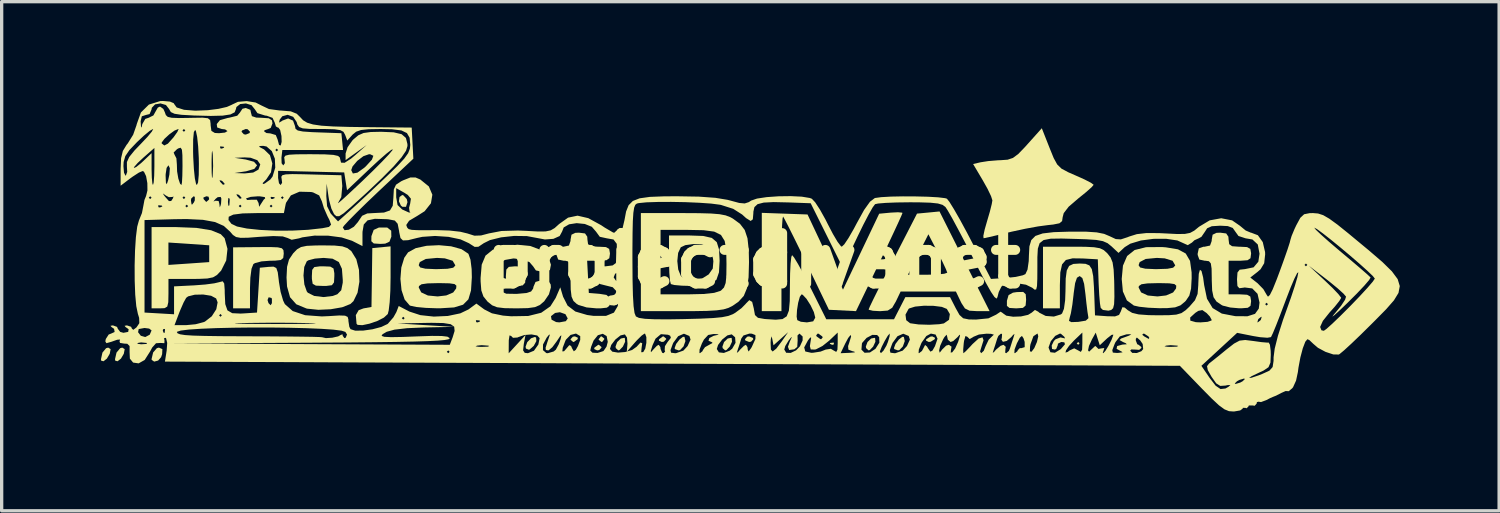
<source format=kicad_pcb>
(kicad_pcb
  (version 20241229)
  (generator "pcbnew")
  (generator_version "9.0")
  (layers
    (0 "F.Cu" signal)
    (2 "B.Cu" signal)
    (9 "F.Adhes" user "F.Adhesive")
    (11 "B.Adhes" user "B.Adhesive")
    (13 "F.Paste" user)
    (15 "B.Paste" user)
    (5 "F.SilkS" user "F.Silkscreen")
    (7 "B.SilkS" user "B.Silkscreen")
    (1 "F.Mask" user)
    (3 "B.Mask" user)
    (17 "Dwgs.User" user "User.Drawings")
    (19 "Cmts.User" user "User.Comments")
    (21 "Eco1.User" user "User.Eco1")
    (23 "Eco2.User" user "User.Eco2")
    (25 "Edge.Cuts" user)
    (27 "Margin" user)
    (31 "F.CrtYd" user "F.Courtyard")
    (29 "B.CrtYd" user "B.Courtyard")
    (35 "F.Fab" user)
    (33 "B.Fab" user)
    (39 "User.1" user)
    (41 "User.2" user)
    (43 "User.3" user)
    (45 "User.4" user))
  (footprint "projectdivanet"
    (layer "F.Cu")
    (at 19.708 4.826)
    (property "Reference" "projectdivanet" (at 0 0 0) (layer "F.SilkS") (effects (font (size 1.524 1.524) (thickness 0.3))))
    (attr board_only exclude_from_pos_files exclude_from_bom)
    (fp_poly (pts (xy 9.854 2.498) (xy 9.812 2.54) (xy 9.769 2.498) (xy 9.812 2.455)) (stroke (width 0) (type solid)) (fill yes) (layer "F.SilkS"))
    (fp_poly (pts (xy 2.435 2.484) (xy 2.424 2.534) (xy 2.379 2.54) (xy 2.309 2.509) (xy 2.322 2.484) (xy 2.423 2.473)) (stroke (width 0) (type solid)) (fill yes) (layer "F.SilkS"))
    (fp_poly (pts (xy -5.301 2.327) (xy -5.309 2.371) (xy -5.418 2.452) (xy -5.442 2.455) (xy -5.519 2.391) (xy -5.522 2.371) (xy -5.453 2.296) (xy -5.389 2.286)) (stroke (width 0) (type solid)) (fill yes) (layer "F.SilkS"))
    (fp_poly (pts (xy -4.59 2.605) (xy -4.587 2.625) (xy -4.656 2.699) (xy -4.72 2.709) (xy -4.808 2.668) (xy -4.8 2.625) (xy -4.691 2.543) (xy -4.667 2.54)) (stroke (width 0) (type solid)) (fill yes) (layer "F.SilkS"))
    (fp_poly (pts (xy -4.505 2.35) (xy -4.502 2.371) (xy -4.567 2.453) (xy -4.587 2.455) (xy -4.67 2.391) (xy -4.672 2.371) (xy -4.608 2.288) (xy -4.587 2.286)) (stroke (width 0) (type solid)) (fill yes) (layer "F.SilkS"))
    (fp_poly (pts (xy -2.636 2.351) (xy -2.633 2.371) (xy -2.703 2.445) (xy -2.766 2.455) (xy -2.854 2.414) (xy -2.846 2.371) (xy -2.737 2.289) (xy -2.713 2.286)) (stroke (width 0) (type solid)) (fill yes) (layer "F.SilkS"))
    (fp_poly (pts (xy -0.014 2.332) (xy 0 2.371) (xy -0.069 2.446) (xy -0.127 2.455) (xy -0.24 2.41) (xy -0.255 2.371) (xy -0.186 2.296) (xy -0.127 2.286)) (stroke (width 0) (type solid)) (fill yes) (layer "F.SilkS"))
    (fp_poly (pts (xy 5.488 2.328) (xy 5.479 2.371) (xy 5.357 2.448) (xy 5.299 2.455) (xy 5.215 2.413) (xy 5.224 2.371) (xy 5.347 2.294) (xy 5.404 2.286)) (stroke (width 0) (type solid)) (fill yes) (layer "F.SilkS"))
    (fp_poly (pts (xy -19.416 2.671) (xy -19.443 2.811) (xy -19.529 2.957) (xy -19.63 3.037) (xy -19.7 3.021) (xy -19.708 2.977) (xy -19.663 2.775) (xy -19.553 2.643) (xy -19.49 2.625)) (stroke (width 0) (type solid)) (fill yes) (layer "F.SilkS"))
    (fp_poly (pts (xy -18.991 2.671) (xy -19.018 2.811) (xy -19.104 2.957) (xy -19.206 3.037) (xy -19.275 3.021) (xy -19.284 2.977) (xy -19.238 2.775) (xy -19.128 2.643) (xy -19.065 2.625)) (stroke (width 0) (type solid)) (fill yes) (layer "F.SilkS"))
    (fp_poly (pts (xy -10.576 -1.978) (xy -10.469 -1.862) (xy -10.449 -1.769) (xy -10.493 -1.628) (xy -10.602 -1.629) (xy -10.647 -1.665) (xy -10.707 -1.794) (xy -10.689 -1.925) (xy -10.609 -1.984)) (stroke (width 0) (type solid)) (fill yes) (layer "F.SilkS"))
    (fp_poly (pts (xy -17.853 2.67) (xy -17.86 2.822) (xy -17.891 2.914) (xy -17.981 3.016) (xy -18.101 3.048) (xy -18.176 2.995) (xy -18.179 2.97) (xy -18.132 2.771) (xy -18.02 2.642) (xy -17.958 2.625)) (stroke (width 0) (type solid)) (fill yes) (layer "F.SilkS"))
    (fp_poly (pts (xy -6.563 2.32) (xy -6.555 2.429) (xy -6.634 2.573) (xy -6.758 2.681) (xy -6.781 2.69) (xy -6.869 2.655) (xy -6.881 2.6) (xy -6.83 2.46) (xy -6.716 2.344) (xy -6.599 2.303)) (stroke (width 0) (type solid)) (fill yes) (layer "F.SilkS"))
    (fp_poly (pts (xy -3.882 2.34) (xy -3.873 2.447) (xy -3.941 2.594) (xy -4.041 2.698) (xy -4.081 2.709) (xy -4.155 2.641) (xy -4.163 2.593) (xy -4.113 2.457) (xy -4.004 2.351) (xy -3.898 2.329)) (stroke (width 0) (type solid)) (fill yes) (layer "F.SilkS"))
    (fp_poly (pts (xy -2.08 2.301) (xy -2.052 2.428) (xy -2.109 2.589) (xy -2.214 2.699) (xy -2.257 2.709) (xy -2.366 2.671) (xy -2.379 2.641) (xy -2.333 2.515) (xy -2.232 2.382) (xy -2.127 2.299)) (stroke (width 0) (type solid)) (fill yes) (layer "F.SilkS"))
    (fp_poly (pts (xy -0.654 2.34) (xy -0.645 2.447) (xy -0.713 2.594) (xy -0.813 2.698) (xy -0.852 2.709) (xy -0.927 2.641) (xy -0.934 2.593) (xy -0.885 2.457) (xy -0.776 2.351) (xy -0.67 2.329)) (stroke (width 0) (type solid)) (fill yes) (layer "F.SilkS"))
    (fp_poly (pts (xy 3.679 2.34) (xy 3.687 2.447) (xy 3.619 2.594) (xy 3.519 2.698) (xy 3.48 2.709) (xy 3.406 2.641) (xy 3.398 2.593) (xy 3.448 2.457) (xy 3.556 2.351) (xy 3.662 2.329)) (stroke (width 0) (type solid)) (fill yes) (layer "F.SilkS"))
    (fp_poly (pts (xy 4.546 2.301) (xy 4.574 2.428) (xy 4.517 2.589) (xy 4.412 2.699) (xy 4.369 2.709) (xy 4.26 2.671) (xy 4.247 2.641) (xy 4.293 2.515) (xy 4.394 2.382) (xy 4.499 2.299)) (stroke (width 0) (type solid)) (fill yes) (layer "F.SilkS"))
    (fp_poly (pts (xy -10.94 -0.907) (xy -10.936 -0.726) (xy -10.993 -0.575) (xy -11.122 -0.516) (xy -11.271 -0.508) (xy -11.467 -0.521) (xy -11.54 -0.588) (xy -11.538 -0.741) (xy -11.469 -0.931) (xy -11.313 -1.002) (xy -11.06 -1.002)) (stroke (width 0) (type solid)) (fill yes) (layer "F.SilkS"))
    (fp_poly (pts (xy 8.228 1.013) (xy 8.24 1.18) (xy 8.225 1.353) (xy 8.144 1.425) (xy 7.946 1.439) (xy 7.937 1.439) (xy 7.737 1.427) (xy 7.66 1.365) (xy 7.66 1.213) (xy 7.661 1.206) (xy 7.71 1.039) (xy 7.842 0.965) (xy 7.964 0.947) (xy 8.153 0.943)) (stroke (width 0) (type solid)) (fill yes) (layer "F.SilkS"))
    (fp_poly (pts (xy -12.78 0.178) (xy -12.683 0.234) (xy -12.658 0.378) (xy -12.658 0.466) (xy -12.668 0.655) (xy -12.731 0.74) (xy -12.897 0.761) (xy -12.997 0.762) (xy -13.215 0.753) (xy -13.312 0.698) (xy -13.336 0.553) (xy -13.337 0.466) (xy -13.327 0.276) (xy -13.263 0.192) (xy -13.098 0.17) (xy -12.997 0.169)) (stroke (width 0) (type solid)) (fill yes) (layer "F.SilkS"))
    (fp_poly (pts (xy -6.979 0.182) (xy -6.897 0.256) (xy -6.881 0.443) (xy -6.881 0.466) (xy -6.894 0.664) (xy -6.968 0.746) (xy -7.156 0.762) (xy -7.178 0.762) (xy -7.378 0.749) (xy -7.459 0.675) (xy -7.476 0.488) (xy -7.476 0.466) (xy -7.462 0.267) (xy -7.388 0.186) (xy -7.201 0.169) (xy -7.178 0.169)) (stroke (width 0) (type solid)) (fill yes) (layer "F.SilkS"))
    (fp_poly (pts (xy -10.959 0.508) (xy -10.966 0.905) (xy -10.986 1.251) (xy -11.016 1.504) (xy -11.044 1.611) (xy -11.16 1.718) (xy -11.361 1.821) (xy -11.596 1.902) (xy -11.811 1.947) (xy -11.956 1.938) (xy -11.987 1.905) (xy -12.009 1.643) (xy -11.922 1.493) (xy -11.776 1.44) (xy -11.536 1.397) (xy -11.523 0.508) (xy -11.511 -0.381) (xy -10.959 -0.434)) (stroke (width 0) (type solid)) (fill yes) (layer "F.SilkS"))
    (fp_poly (pts (xy -14.365 -0.404) (xy -14.244 -0.376) (xy -14.196 -0.32) (xy -14.187 -0.227) (xy -14.187 -0.209) (xy -14.202 -0.083) (xy -14.276 -0.021) (xy -14.453 -0.001) (xy -14.594 0) (xy -14.857 0.02) (xy -15.054 0.071) (xy -15.104 0.102) (xy -15.16 0.243) (xy -15.195 0.513) (xy -15.206 0.821) (xy -15.206 1.439) (xy -15.716 1.439) (xy -15.716 -0.404) (xy -14.951 -0.411) (xy -14.589 -0.413)) (stroke (width 0) (type solid)) (fill yes) (layer "F.SilkS"))
    (fp_poly (pts (xy -17.436 -1.016) (xy -16.827 -0.992) (xy -16.379 -0.92) (xy -16.088 -0.801) (xy -15.972 -0.679) (xy -15.886 -0.358) (xy -15.924 -0.008) (xy -16.077 0.297) (xy -16.091 0.313) (xy -16.204 0.431) (xy -16.323 0.502) (xy -16.494 0.537) (xy -16.761 0.549) (xy -16.982 0.55) (xy -17.669 0.55) (xy -17.669 0.995) (xy -17.674 1.253) (xy -17.705 1.385) (xy -17.787 1.433) (xy -17.924 1.439) (xy -18.179 1.439) (xy -18.179 0.127) (xy -17.67 0.127) (xy -17.054 0.085) (xy -16.438 0.042) (xy -16.438 -0.466) (xy -17.67 -0.55) (xy -17.67 0.127) (xy -18.179 0.127) (xy -18.179 -1.016)) (stroke (width 0) (type solid)) (fill yes) (layer "F.SilkS"))
    (fp_poly (pts (xy 4.493 -1.452) (xy 4.505 -1.442) (xy 4.47 -1.355) (xy 4.373 -1.14) (xy 4.225 -0.821) (xy 4.037 -0.423) (xy 3.819 0.031) (xy 3.804 0.063) (xy 3.101 1.523) (xy 2.283 1.482) (xy 1.615 0.097) (xy 1.398 -0.348) (xy 1.206 -0.738) (xy 1.05 -1.05) (xy 0.942 -1.258) (xy 0.898 -1.335) (xy 0.882 -1.271) (xy 0.868 -1.064) (xy 0.858 -0.74) (xy 0.851 -0.325) (xy 0.849 0.071) (xy 0.849 1.524) (xy 0.255 1.524) (xy 0.255 -1.446) (xy 1.637 -1.397) (xy 2.172 -0.261) (xy 2.708 0.874) (xy 3.255 -0.273) (xy 3.801 -1.42) (xy 4.152 -1.453) (xy 4.369 -1.464)) (stroke (width 0) (type solid)) (fill yes) (layer "F.SilkS"))
    (fp_poly (pts (xy 10.027 -0.421) (xy 10.294 -0.407) (xy 10.468 -0.377) (xy 10.585 -0.321) (xy 10.683 -0.233) (xy 10.697 -0.219) (xy 10.792 -0.097) (xy 10.852 0.051) (xy 10.884 0.268) (xy 10.9 0.597) (xy 10.903 0.734) (xy 10.907 1.091) (xy 10.898 1.314) (xy 10.868 1.435) (xy 10.81 1.489) (xy 10.725 1.509) (xy 10.559 1.487) (xy 10.493 1.424) (xy 10.471 1.291) (xy 10.449 1.037) (xy 10.432 0.713) (xy 10.429 0.635) (xy 10.406 -0.042) (xy 9.953 -0.068) (xy 9.643 -0.072) (xy 9.441 -0.022) (xy 9.326 0.111) (xy 9.273 0.353) (xy 9.26 0.734) (xy 9.26 0.772) (xy 9.26 1.439) (xy 8.75 1.439) (xy 8.75 -0.423) (xy 9.627 -0.423)) (stroke (width 0) (type solid)) (fill yes) (layer "F.SilkS"))
    (fp_poly (pts (xy -1.517 -0.748) (xy -1.255 -0.689) (xy -1.105 -0.56) (xy -1.036 -0.337) (xy -1.019 0) (xy -1.038 0.35) (xy -1.115 0.574) (xy -1.278 0.699) (xy -1.557 0.753) (xy -1.861 0.762) (xy -2.159 0.754) (xy -2.386 0.734) (xy -2.492 0.706) (xy -2.518 0.6) (xy -2.538 0.369) (xy -2.548 0.056) (xy -2.548 0.01) (xy -2.297 0.01) (xy -2.27 0.263) (xy -2.194 0.454) (xy -2.145 0.501) (xy -1.855 0.585) (xy -1.553 0.541) (xy -1.35 0.414) (xy -1.226 0.237) (xy -1.208 0.017) (xy -1.219 -0.066) (xy -1.28 -0.286) (xy -1.366 -0.427) (xy -1.377 -0.436) (xy -1.565 -0.493) (xy -1.817 -0.503) (xy -2.056 -0.47) (xy -2.192 -0.406) (xy -2.272 -0.236) (xy -2.297 0.01) (xy -2.548 0.01) (xy -2.548 -0.056) (xy -2.548 -0.762) (xy -1.917 -0.762)) (stroke (width 0) (type solid)) (fill yes) (layer "F.SilkS"))
    (fp_poly (pts (xy 6.38 0.018) (xy 7.137 1.524) (xy 6.77 1.524) (xy 6.53 1.51) (xy 6.392 1.442) (xy 6.286 1.28) (xy 6.261 1.228) (xy 6.119 0.931) (xy 4.449 0.931) (xy 4.307 1.228) (xy 4.194 1.422) (xy 4.06 1.506) (xy 3.831 1.524) (xy 3.824 1.524) (xy 3.611 1.512) (xy 3.492 1.483) (xy 3.483 1.471) (xy 3.52 1.383) (xy 3.623 1.168) (xy 3.78 0.852) (xy 3.978 0.458) (xy 3.996 0.423) (xy 4.67 0.423) (xy 5.266 0.423) (xy 5.558 0.415) (xy 5.77 0.393) (xy 5.857 0.363) (xy 5.857 0.36) (xy 5.819 0.258) (xy 5.722 0.05) (xy 5.586 -0.222) (xy 5.571 -0.252) (xy 5.288 -0.799) (xy 4.979 -0.188) (xy 4.67 0.423) (xy 3.996 0.423) (xy 4.207 0.011) (xy 4.214 -0.002) (xy 4.944 -1.423) (xy 5.284 -1.455) (xy 5.624 -1.488)) (stroke (width 0) (type solid)) (fill yes) (layer "F.SilkS"))
    (fp_poly (pts (xy -2.145 -1.439) (xy -1.642 -1.436) (xy -1.278 -1.426) (xy -1.02 -1.405) (xy -0.838 -1.37) (xy -0.699 -1.317) (xy -0.621 -1.274) (xy -0.405 -1.116) (xy -0.261 -0.929) (xy -0.177 -0.677) (xy -0.139 -0.322) (xy -0.131 0.042) (xy -0.144 0.501) (xy -0.192 0.828) (xy -0.289 1.062) (xy -0.448 1.238) (xy -0.621 1.359) (xy -0.749 1.424) (xy -0.9 1.47) (xy -1.108 1.499) (xy -1.402 1.516) (xy -1.816 1.523) (xy -2.145 1.524) (xy -3.398 1.524) (xy -3.398 -0.931) (xy -2.803 -0.931) (xy -2.803 1.016) (xy -1.97 1.016) (xy -1.503 1.005) (xy -1.185 0.971) (xy -0.997 0.912) (xy -0.972 0.896) (xy -0.887 0.809) (xy -0.837 0.673) (xy -0.813 0.448) (xy -0.807 0.1) (xy -0.817 -0.312) (xy -0.866 -0.597) (xy -0.979 -0.779) (xy -1.183 -0.879) (xy -1.505 -0.922) (xy -1.967 -0.931) (xy -2.803 -0.931) (xy -3.398 -0.931) (xy -3.398 -1.439)) (stroke (width 0) (type solid)) (fill yes) (layer "F.SilkS"))
    (fp_poly (pts (xy 8.949 -3.406) (xy 9.073 -3.101) (xy 9.179 -2.908) (xy 9.309 -2.781) (xy 9.509 -2.674) (xy 9.731 -2.577) (xy 10.002 -2.456) (xy 10.198 -2.355) (xy 10.279 -2.295) (xy 10.279 -2.293) (xy 10.217 -2.219) (xy 10.054 -2.074) (xy 9.825 -1.888) (xy 9.812 -1.878) (xy 9.525 -1.631) (xy 9.376 -1.437) (xy 9.344 -1.315) (xy 9.327 -1.197) (xy 9.245 -1.13) (xy 9.057 -1.093) (xy 8.898 -1.076) (xy 8.599 -1.036) (xy 8.211 -0.965) (xy 7.807 -0.878) (xy 7.73 -0.859) (xy 7.4 -0.779) (xy 7.136 -0.717) (xy 6.978 -0.683) (xy 6.954 -0.68) (xy 6.948 -0.752) (xy 6.988 -0.942) (xy 7.06 -1.193) (xy 7.144 -1.48) (xy 7.202 -1.712) (xy 7.221 -1.824) (xy 7.18 -1.952) (xy 7.073 -2.175) (xy 6.93 -2.43) (xy 6.639 -2.921) (xy 6.866 -2.974) (xy 7.097 -3.01) (xy 7.391 -3.034) (xy 7.476 -3.037) (xy 7.682 -3.052) (xy 7.842 -3.105) (xy 8.001 -3.223) (xy 8.206 -3.435) (xy 8.286 -3.524) (xy 8.714 -4.002)) (stroke (width 0) (type solid)) (fill yes) (layer "F.SilkS"))
    (fp_poly (pts (xy -5.085 -0.824) (xy -5.018 -0.727) (xy -5.012 -0.635) (xy -4.993 -0.499) (xy -4.906 -0.438) (xy -4.702 -0.423) (xy -4.672 -0.423) (xy -4.453 -0.412) (xy -4.356 -0.357) (xy -4.333 -0.23) (xy -4.332 -0.212) (xy -4.351 -0.076) (xy -4.437 -0.015) (xy -4.639 -0.000118) (xy -4.676 0) (xy -5.021 0) (xy -4.995 0.487) (xy -4.97 0.974) (xy -4.651 1) (xy -4.439 1.033) (xy -4.349 1.109) (xy -4.332 1.233) (xy -4.348 1.358) (xy -4.423 1.418) (xy -4.604 1.438) (xy -4.738 1.439) (xy -5.037 1.411) (xy -5.281 1.337) (xy -5.333 1.308) (xy -5.435 1.215) (xy -5.492 1.085) (xy -5.517 0.871) (xy -5.522 0.588) (xy -5.525 0.28) (xy -5.543 0.104) (xy -5.591 0.023) (xy -5.68 0.001) (xy -5.734 0) (xy -5.896 -0.035) (xy -5.946 -0.173) (xy -5.946 -0.212) (xy -5.911 -0.373) (xy -5.773 -0.422) (xy -5.734 -0.423) (xy -5.572 -0.458) (xy -5.523 -0.596) (xy -5.522 -0.635) (xy -5.494 -0.786) (xy -5.378 -0.842) (xy -5.267 -0.847)) (stroke (width 0) (type solid)) (fill yes) (layer "F.SilkS"))
    (fp_poly (pts (xy -12.651 -0.458) (xy -12.417 -0.434) (xy -12.264 -0.381) (xy -12.148 -0.292) (xy -12.144 -0.288) (xy -11.994 -0.044) (xy -11.913 0.28) (xy -11.901 0.635) (xy -11.957 0.966) (xy -12.08 1.221) (xy -12.173 1.308) (xy -12.421 1.406) (xy -12.767 1.466) (xy -13.141 1.483) (xy -13.474 1.449) (xy -13.505 1.441) (xy -13.807 1.316) (xy -13.996 1.103) (xy -14.087 0.778) (xy -14.102 0.503) (xy -14.099 0.446) (xy -13.59 0.446) (xy -13.564 0.716) (xy -13.491 0.926) (xy -13.458 0.968) (xy -13.265 1.064) (xy -12.988 1.098) (xy -12.706 1.065) (xy -12.567 1.013) (xy -12.449 0.891) (xy -12.404 0.664) (xy -12.403 0.584) (xy -12.429 0.244) (xy -12.523 0.039) (xy -12.712 -0.061) (xy -12.983 -0.085) (xy -13.245 -0.064) (xy -13.441 -0.013) (xy -13.49 0.017) (xy -13.567 0.188) (xy -13.59 0.446) (xy -14.099 0.446) (xy -14.086 0.183) (xy -14.027 -0.036) (xy -13.905 -0.218) (xy -13.899 -0.226) (xy -13.785 -0.343) (xy -13.665 -0.413) (xy -13.492 -0.449) (xy -13.221 -0.461) (xy -13.009 -0.463)) (stroke (width 0) (type solid)) (fill yes) (layer "F.SilkS"))
    (fp_poly (pts (xy 14.284 -0.824) (xy 14.35 -0.727) (xy 14.357 -0.635) (xy 14.375 -0.499) (xy 14.463 -0.438) (xy 14.667 -0.423) (xy 14.696 -0.423) (xy 14.915 -0.412) (xy 15.013 -0.357) (xy 15.036 -0.23) (xy 15.036 -0.212) (xy 15.018 -0.075) (xy 14.93 -0.015) (xy 14.726 -0.000076) (xy 14.696 0) (xy 14.357 0) (xy 14.357 1.016) (xy 14.696 1.016) (xy 14.915 1.028) (xy 15.013 1.082) (xy 15.036 1.209) (xy 15.036 1.228) (xy 15.019 1.361) (xy 14.938 1.422) (xy 14.744 1.437) (xy 14.675 1.437) (xy 14.405 1.413) (xy 14.183 1.357) (xy 14.144 1.338) (xy 13.991 1.233) (xy 13.902 1.102) (xy 13.86 0.899) (xy 13.848 0.579) (xy 13.848 0.529) (xy 13.843 0.24) (xy 13.82 0.082) (xy 13.763 0.015) (xy 13.656 0.000107) (xy 13.634 0) (xy 13.473 -0.035) (xy 13.423 -0.173) (xy 13.422 -0.212) (xy 13.457 -0.373) (xy 13.595 -0.422) (xy 13.634 -0.423) (xy 13.796 -0.458) (xy 13.846 -0.596) (xy 13.847 -0.635) (xy 13.874 -0.786) (xy 13.991 -0.842) (xy 14.102 -0.847)) (stroke (width 0) (type solid)) (fill yes) (layer "F.SilkS"))
    (fp_poly (pts (xy -6.732 -0.443) (xy -6.413 -0.322) (xy -6.198 -0.132) (xy -6.116 0.118) (xy -6.116 0.127) (xy -6.145 0.28) (xy -6.267 0.335) (xy -6.361 0.339) (xy -6.569 0.293) (xy -6.649 0.175) (xy -6.762 0.043) (xy -6.981 -0.042) (xy -7.245 -0.069) (xy -7.495 -0.025) (xy -7.525 -0.012) (xy -7.659 0.079) (xy -7.718 0.228) (xy -7.729 0.443) (xy -7.71 0.75) (xy -7.633 0.924) (xy -7.463 0.997) (xy -7.165 1.002) (xy -7.128 1) (xy -6.858 0.976) (xy -6.715 0.93) (xy -6.654 0.844) (xy -6.641 0.783) (xy -6.58 0.641) (xy -6.418 0.594) (xy -6.365 0.593) (xy -6.186 0.617) (xy -6.122 0.718) (xy -6.116 0.808) (xy -6.175 1.016) (xy -6.317 1.224) (xy -6.325 1.232) (xy -6.453 1.34) (xy -6.598 1.402) (xy -6.811 1.432) (xy -7.139 1.439) (xy -7.178 1.439) (xy -7.52 1.433) (xy -7.742 1.406) (xy -7.891 1.347) (xy -8.019 1.244) (xy -8.032 1.232) (xy -8.155 1.079) (xy -8.218 0.898) (xy -8.239 0.628) (xy -8.24 0.521) (xy -8.206 0.119) (xy -8.091 -0.154) (xy -7.872 -0.331) (xy -7.569 -0.431) (xy -7.127 -0.483)) (stroke (width 0) (type solid)) (fill yes) (layer "F.SilkS"))
    (fp_poly (pts (xy 12.463 -0.404) (xy 12.827 -0.344) (xy 13.062 -0.217) (xy 13.192 0.006) (xy 13.239 0.351) (xy 13.241 0.528) (xy 13.223 0.845) (xy 13.171 1.052) (xy 13.066 1.208) (xy 13.034 1.241) (xy 12.9 1.35) (xy 12.741 1.409) (xy 12.502 1.432) (xy 12.258 1.434) (xy 11.933 1.42) (xy 11.655 1.39) (xy 11.495 1.354) (xy 11.283 1.198) (xy 11.163 0.928) (xy 11.152 0.807) (xy 11.638 0.807) (xy 11.714 0.957) (xy 11.917 1.051) (xy 12.209 1.079) (xy 12.469 1.049) (xy 12.68 0.959) (xy 12.769 0.838) (xy 12.776 0.753) (xy 12.719 0.705) (xy 12.564 0.683) (xy 12.277 0.677) (xy 12.225 0.677) (xy 11.906 0.685) (xy 11.724 0.711) (xy 11.647 0.765) (xy 11.638 0.807) (xy 11.152 0.807) (xy 11.128 0.552) (xy 11.166 0.146) (xy 11.171 0.136) (xy 11.638 0.136) (xy 11.684 0.204) (xy 11.841 0.241) (xy 12.135 0.254) (xy 12.19 0.254) (xy 12.507 0.244) (xy 12.681 0.211) (xy 12.742 0.148) (xy 12.742 0.136) (xy 12.664 0.001) (xy 12.427 -0.071) (xy 12.19 -0.085) (xy 11.852 -0.053) (xy 11.671 0.041) (xy 11.638 0.136) (xy 11.171 0.136) (xy 11.291 -0.142) (xy 11.518 -0.323) (xy 11.865 -0.409) (xy 12.347 -0.413)) (stroke (width 0) (type solid)) (fill yes) (layer "F.SilkS"))
    (fp_poly (pts (xy -9.129 -0.435) (xy -8.818 -0.349) (xy -8.615 -0.215) (xy -8.605 -0.202) (xy -8.545 -0.032) (xy -8.51 0.254) (xy -8.504 0.501) (xy -8.529 0.898) (xy -8.608 1.166) (xy -8.769 1.329) (xy -9.039 1.411) (xy -9.444 1.436) (xy -9.55 1.437) (xy -9.892 1.425) (xy -10.18 1.398) (xy -10.362 1.359) (xy -10.383 1.349) (xy -10.534 1.173) (xy -10.628 0.89) (xy -10.636 0.807) (xy -10.109 0.807) (xy -10.033 0.957) (xy -9.831 1.051) (xy -9.538 1.079) (xy -9.278 1.049) (xy -9.067 0.959) (xy -8.978 0.838) (xy -8.971 0.753) (xy -9.028 0.705) (xy -9.184 0.683) (xy -9.47 0.677) (xy -9.522 0.677) (xy -9.842 0.685) (xy -10.023 0.711) (xy -10.1 0.765) (xy -10.109 0.807) (xy -10.636 0.807) (xy -10.662 0.55) (xy -10.635 0.207) (xy -10.614 0.136) (xy -10.109 0.136) (xy -10.063 0.204) (xy -9.907 0.241) (xy -9.612 0.254) (xy -9.557 0.254) (xy -9.241 0.244) (xy -9.066 0.211) (xy -9.006 0.148) (xy -9.005 0.136) (xy -9.084 0.001) (xy -9.32 -0.071) (xy -9.557 -0.085) (xy -9.895 -0.053) (xy -10.076 0.041) (xy -10.109 0.136) (xy -10.614 0.136) (xy -10.545 -0.089) (xy -10.43 -0.253) (xy -10.198 -0.38) (xy -9.87 -0.451) (xy -9.497 -0.469)) (stroke (width 0) (type solid)) (fill yes) (layer "F.SilkS"))
    (fp_poly (pts (xy -17.624 -4.807) (xy -17.508 -4.758) (xy -17.5 -4.739) (xy -17.42 -4.63) (xy -17.198 -4.559) (xy -16.856 -4.532) (xy -16.48 -4.547) (xy -16.162 -4.587) (xy -15.904 -4.646) (xy -15.76 -4.709) (xy -15.757 -4.712) (xy -15.57 -4.8) (xy -15.304 -4.822) (xy -15.035 -4.779) (xy -14.851 -4.685) (xy -14.633 -4.582) (xy -14.293 -4.536) (xy -14.265 -4.536) (xy -13.974 -4.512) (xy -13.794 -4.44) (xy -13.692 -4.34) (xy -13.601 -4.243) (xy -13.479 -4.169) (xy -13.302 -4.116) (xy -13.047 -4.079) (xy -12.69 -4.056) (xy -12.207 -4.042) (xy -11.672 -4.035) (xy -10.321 -4.022) (xy -10.296 -3.552) (xy -10.271 -3.082) (xy -11.337 -2.08) (xy -11.686 -1.747) (xy -11.986 -1.453) (xy -12.219 -1.217) (xy -12.364 -1.06) (xy -12.403 -1.004) (xy -12.349 -0.922) (xy -12.221 -0.936) (xy -12.069 -1.025) (xy -11.943 -1.171) (xy -11.935 -1.185) (xy -11.819 -1.357) (xy -11.663 -1.428) (xy -11.473 -1.439) (xy -11.158 -1.455) (xy -10.977 -1.519) (xy -10.894 -1.66) (xy -10.874 -1.906) (xy -10.874 -1.914) (xy -10.789 -1.914) (xy -10.748 -1.682) (xy -10.609 -1.549) (xy -10.597 -1.543) (xy -10.411 -1.459) (xy -10.359 -1.455) (xy -10.387 -1.49) (xy -10.4 -1.6) (xy -10.367 -1.727) (xy -10.345 -1.873) (xy -10.438 -1.986) (xy -10.543 -2.053) (xy -10.789 -2.193) (xy -10.789 -1.914) (xy -10.874 -1.914) (xy -10.874 -1.915) (xy -10.86 -2.157) (xy -10.795 -2.296) (xy -10.64 -2.399) (xy -10.578 -2.429) (xy -10.361 -2.515) (xy -10.205 -2.515) (xy -10.061 -2.453) (xy -9.803 -2.244) (xy -9.697 -1.994) (xy -9.74 -1.735) (xy -9.93 -1.495) (xy -10.152 -1.354) (xy -10.4 -1.207) (xy -10.483 -1.083) (xy -10.478 -1.053) (xy -10.452 -0.993) (xy -10.41 -0.954) (xy -10.318 -0.932) (xy -10.146 -0.923) (xy -9.859 -0.922) (xy -9.557 -0.924) (xy -9.181 -0.912) (xy -8.852 -0.875) (xy -8.629 -0.821) (xy -8.622 -0.818) (xy -8.426 -0.756) (xy -8.226 -0.763) (xy -7.985 -0.826) (xy -7.609 -0.898) (xy -7.113 -0.912) (xy -6.866 -0.902) (xy -6.509 -0.883) (xy -6.276 -0.885) (xy -6.122 -0.917) (xy -6.002 -0.987) (xy -5.87 -1.106) (xy -5.869 -1.107) (xy -5.597 -1.301) (xy -5.311 -1.361) (xy -4.987 -1.286) (xy -4.598 -1.073) (xy -4.492 -1.002) (xy -4.233 -0.85) (xy -4.061 -0.834) (xy -3.955 -0.965) (xy -3.893 -1.228) (xy -3.844 -1.488) (xy -3.768 -1.677) (xy -3.64 -1.805) (xy -3.435 -1.885) (xy -3.128 -1.928) (xy -2.694 -1.945) (xy -2.3 -1.947) (xy -1.648 -1.936) (xy -1.147 -1.9) (xy -0.778 -1.839) (xy -0.693 -1.817) (xy -0.427 -1.745) (xy -0.261 -1.73) (xy -0.137 -1.77) (xy -0.065 -1.817) (xy 0.11 -1.877) (xy 0.402 -1.921) (xy 0.76 -1.946) (xy 1.131 -1.951) (xy 1.464 -1.935) (xy 1.706 -1.895) (xy 1.768 -1.871) (xy 1.868 -1.764) (xy 2.013 -1.542) (xy 2.178 -1.246) (xy 2.247 -1.109) (xy 2.405 -0.806) (xy 2.544 -0.571) (xy 2.644 -0.44) (xy 2.672 -0.424) (xy 2.747 -0.495) (xy 2.874 -0.684) (xy 3.033 -0.96) (xy 3.125 -1.134) (xy 3.346 -1.534) (xy 3.524 -1.783) (xy 3.668 -1.892) (xy 3.677 -1.895) (xy 3.861 -1.92) (xy 4.155 -1.937) (xy 4.517 -1.944) (xy 4.904 -1.942) (xy 5.274 -1.933) (xy 5.584 -1.915) (xy 5.791 -1.89) (xy 5.848 -1.873) (xy 5.924 -1.776) (xy 6.061 -1.555) (xy 6.242 -1.239) (xy 6.45 -0.855) (xy 6.57 -0.625) (xy 7.178 0.55) (xy 7.645 0.52) (xy 7.926 0.489) (xy 8.142 0.44) (xy 8.219 0.404) (xy 8.282 0.269) (xy 8.319 0.012) (xy 8.325 -0.165) (xy 8.339 -0.433) (xy 8.396 -0.623) (xy 8.521 -0.749) (xy 8.74 -0.824) (xy 9.076 -0.863) (xy 9.554 -0.878) (xy 9.613 -0.878) (xy 10.058 -0.877) (xy 10.373 -0.856) (xy 10.597 -0.811) (xy 10.76 -0.742) (xy 10.948 -0.654) (xy 11.101 -0.644) (xy 11.303 -0.71) (xy 11.355 -0.731) (xy 11.585 -0.803) (xy 11.867 -0.835) (xy 12.25 -0.834) (xy 12.433 -0.825) (xy 12.795 -0.807) (xy 13.033 -0.809) (xy 13.193 -0.84) (xy 13.32 -0.909) (xy 13.461 -1.024) (xy 13.463 -1.026) (xy 13.785 -1.219) (xy 14.134 -1.283) (xy 14.463 -1.219) (xy 14.696 -1.058) (xy 14.872 -0.913) (xy 15.029 -0.847) (xy 15.038 -0.847) (xy 15.241 -0.77) (xy 15.389 -0.562) (xy 15.459 -0.261) (xy 15.461 -0.19) (xy 15.432 0.076) (xy 15.323 0.257) (xy 15.237 0.333) (xy 15.013 0.508) (xy 15.232 0.68) (xy 15.406 0.858) (xy 15.51 1.036) (xy 15.547 1.087) (xy 15.604 1.034) (xy 15.69 0.863) (xy 15.814 0.555) (xy 15.896 0.335) (xy 15.972 0.127) (xy 16.65 0.127) (xy 16.693 0.169) (xy 16.713 0.149) (xy 16.778 0.149) (xy 17.268 0.604) (xy 17.499 0.825) (xy 17.671 1.006) (xy 17.754 1.113) (xy 17.757 1.124) (xy 17.702 1.216) (xy 17.563 1.39) (xy 17.407 1.564) (xy 17.205 1.817) (xy 17.122 2.001) (xy 17.162 2.102) (xy 17.234 2.117) (xy 17.315 2.059) (xy 17.489 1.903) (xy 17.73 1.672) (xy 18.014 1.388) (xy 18.036 1.366) (xy 18.318 1.073) (xy 18.55 0.821) (xy 18.71 0.635) (xy 18.774 0.541) (xy 18.774 0.539) (xy 18.714 0.462) (xy 18.551 0.306) (xy 18.316 0.095) (xy 18.035 -0.148) (xy 17.737 -0.398) (xy 17.451 -0.632) (xy 17.204 -0.826) (xy 17.026 -0.956) (xy 16.945 -0.999) (xy 16.944 -0.998) (xy 16.993 -0.935) (xy 17.15 -0.786) (xy 17.392 -0.571) (xy 17.695 -0.312) (xy 17.761 -0.257) (xy 18.081 0.012) (xy 18.352 0.243) (xy 18.547 0.413) (xy 18.642 0.502) (xy 18.646 0.507) (xy 18.602 0.584) (xy 18.457 0.753) (xy 18.234 0.989) (xy 17.955 1.267) (xy 17.946 1.276) (xy 17.703 1.509) (xy 17.547 1.649) (xy 17.49 1.69) (xy 17.54 1.621) (xy 17.574 1.583) (xy 17.756 1.36) (xy 17.875 1.179) (xy 17.905 1.085) (xy 17.827 0.994) (xy 17.648 0.832) (xy 17.401 0.63) (xy 17.326 0.571) (xy 16.778 0.149) (xy 16.713 0.149) (xy 16.735 0.127) (xy 16.693 0.085) (xy 16.65 0.127) (xy 15.972 0.127) (xy 16.028 -0.028) (xy 16.135 -0.334) (xy 16.204 -0.548) (xy 16.224 -0.629) (xy 16.26 -0.747) (xy 16.347 -0.956) (xy 16.403 -1.074) (xy 16.524 -1.297) (xy 16.639 -1.404) (xy 16.805 -1.437) (xy 16.907 -1.439) (xy 17.061 -1.426) (xy 17.215 -1.376) (xy 17.4 -1.269) (xy 17.646 -1.09) (xy 17.983 -0.819) (xy 18.067 -0.749) (xy 18.597 -0.31) (xy 19.003 0.039) (xy 19.29 0.321) (xy 19.464 0.556) (xy 19.528 0.766) (xy 19.489 0.973) (xy 19.351 1.198) (xy 19.118 1.464) (xy 18.796 1.791) (xy 18.668 1.919) (xy 18.35 2.233) (xy 18.068 2.503) (xy 17.847 2.706) (xy 17.711 2.819) (xy 17.686 2.834) (xy 17.518 2.831) (xy 17.284 2.753) (xy 17.055 2.63) (xy 16.916 2.511) (xy 16.797 2.398) (xy 16.738 2.371) (xy 16.674 2.447) (xy 16.598 2.646) (xy 16.525 2.922) (xy 16.467 3.232) (xy 16.45 3.363) (xy 16.395 3.621) (xy 16.304 3.822) (xy 16.276 3.856) (xy 16.172 3.942) (xy 16.14 3.94) (xy 16.078 3.937) (xy 15.949 3.995) (xy 15.79 4.077) (xy 15.716 4.106) (xy 15.617 4.148) (xy 15.493 4.212) (xy 15.336 4.27) (xy 15.26 4.259) (xy 15.211 4.272) (xy 15.206 4.313) (xy 15.145 4.382) (xy 15.079 4.372) (xy 14.969 4.373) (xy 14.951 4.41) (xy 14.899 4.458) (xy 14.866 4.445) (xy 14.788 4.444) (xy 14.781 4.469) (xy 14.707 4.523) (xy 14.526 4.554) (xy 14.505 4.555) (xy 14.369 4.545) (xy 14.233 4.49) (xy 14.067 4.369) (xy 13.845 4.162) (xy 13.557 3.87) (xy 12.885 3.175) (xy 13.535 3.175) (xy 13.78 3.535) (xy 13.964 3.775) (xy 14.113 3.877) (xy 14.263 3.86) (xy 14.357 3.806) (xy 14.412 3.753) (xy 14.321 3.759) (xy 14.261 3.772) (xy 14.105 3.782) (xy 13.988 3.708) (xy 14.543 3.708) (xy 14.569 3.723) (xy 14.709 3.681) (xy 14.781 3.641) (xy 14.849 3.574) (xy 14.824 3.559) (xy 14.684 3.601) (xy 14.611 3.641) (xy 14.543 3.708) (xy 13.988 3.708) (xy 13.983 3.705) (xy 13.843 3.508) (xy 13.728 3.304) (xy 13.705 3.186) (xy 13.765 3.107) (xy 13.774 3.1) (xy 13.906 2.996) (xy 14.116 2.827) (xy 14.293 2.682) (xy 14.522 2.503) (xy 14.689 2.414) (xy 14.859 2.395) (xy 15.095 2.424) (xy 15.346 2.459) (xy 15.524 2.474) (xy 15.567 2.472) (xy 15.605 2.537) (xy 15.628 2.722) (xy 15.631 2.84) (xy 15.621 3.079) (xy 15.562 3.217) (xy 15.413 3.318) (xy 15.27 3.384) (xy 15.047 3.491) (xy 14.976 3.543) (xy 15.049 3.535) (xy 15.256 3.466) (xy 15.374 3.42) (xy 15.589 3.322) (xy 15.687 3.212) (xy 15.715 3.026) (xy 15.716 2.917) (xy 15.75 2.655) (xy 15.847 2.27) (xy 15.999 1.792) (xy 16.1 1.509) (xy 16.242 1.11) (xy 16.357 0.763) (xy 16.434 0.502) (xy 16.462 0.359) (xy 16.461 0.349) (xy 16.426 0.378) (xy 16.344 0.542) (xy 16.229 0.813) (xy 16.092 1.168) (xy 16.066 1.238) (xy 15.92 1.624) (xy 15.792 1.953) (xy 15.694 2.19) (xy 15.639 2.304) (xy 15.636 2.308) (xy 15.528 2.327) (xy 15.308 2.31) (xy 15.097 2.275) (xy 14.615 2.179) (xy 13.535 3.175) (xy 12.885 3.175) (xy 0.39 3.123) (xy -1.11 3.117) (xy -2.598 3.111) (xy -4.062 3.105) (xy -5.49 3.099) (xy -6.869 3.093) (xy -8.186 3.088) (xy -9.43 3.083) (xy -10.587 3.078) (xy -11.646 3.074) (xy -12.594 3.07) (xy -13.418 3.066) (xy -14.107 3.063) (xy -14.647 3.061) (xy -14.941 3.06) (xy -17.776 3.048) (xy -17.736 2.797) (xy -7.391 2.797) (xy -6.883 2.244) (xy -6.935 2.519) (xy -6.956 2.708) (xy -6.906 2.783) (xy -6.81 2.794) (xy -6.627 2.719) (xy -6.615 2.701) (xy -6.356 2.701) (xy -6.254 2.79) (xy -6.212 2.794) (xy -6.032 2.742) (xy -6.03 2.74) (xy -5.77 2.74) (xy -5.717 2.734) (xy -5.655 2.662) (xy -5.56 2.55) (xy -5.507 2.575) (xy -5.475 2.649) (xy -5.424 2.737) (xy -5.392 2.713) (xy -4.927 2.713) (xy -4.859 2.779) (xy -4.705 2.786) (xy -4.539 2.733) (xy -4.526 2.726) (xy -4.484 2.666) (xy -4.332 2.666) (xy -4.262 2.747) (xy -4.089 2.776) (xy -3.87 2.758) (xy -3.849 2.752) (xy -3.824 2.752) (xy -3.815 2.742) (xy -3.664 2.697) (xy -3.528 2.6) (xy -3.408 2.471) (xy -3.357 2.493) (xy -3.377 2.638) (xy -3.387 2.765) (xy -3.326 2.76) (xy -3.308 2.728) (xy -3.1 2.728) (xy -3.091 2.762) (xy -3.026 2.688) (xy -2.914 2.57) (xy -2.858 2.54) (xy -2.809 2.609) (xy -2.803 2.667) (xy -2.755 2.78) (xy -2.713 2.794) (xy -2.664 2.741) (xy -2.679 2.704) (xy -2.679 2.702) (xy -2.503 2.702) (xy -2.486 2.778) (xy -2.367 2.794) (xy -2.338 2.794) (xy -2.318 2.787) (xy -1.628 2.787) (xy -1.613 2.794) (xy 2.636 2.794) (xy 2.911 2.782) (xy 3.065 2.769) (xy 3.053 2.747) (xy 2.999 2.735) (xy 2.871 2.687) (xy 2.871 2.686) (xy 3.265 2.686) (xy 3.36 2.781) (xy 3.523 2.772) (xy 3.552 2.752) (xy 3.823 2.752) (xy 3.855 2.791) (xy 3.931 2.717) (xy 3.939 2.702) (xy 4.123 2.702) (xy 4.14 2.778) (xy 4.259 2.794) (xy 4.288 2.794) (xy 4.308 2.787) (xy 4.992 2.787) (xy 5.004 2.794) (xy 5.093 2.726) (xy 5.136 2.646) (xy 5.188 2.545) (xy 5.245 2.592) (xy 5.281 2.653) (xy 5.349 2.747) (xy 5.411 2.714) (xy 5.414 2.709) (xy 5.612 2.709) (xy 5.629 2.779) (xy 5.692 2.699) (xy 5.698 2.688) (xy 5.824 2.565) (xy 5.906 2.54) (xy 5.987 2.596) (xy 5.972 2.681) (xy 5.961 2.776) (xy 6.009 2.766) (xy 6.069 2.687) (xy 6.339 2.687) (xy 6.343 2.79) (xy 6.347 2.794) (xy 6.414 2.737) (xy 6.552 2.594) (xy 6.62 2.519) (xy 6.804 2.351) (xy 6.922 2.314) (xy 6.954 2.402) (xy 6.897 2.582) (xy 6.849 2.74) (xy 6.881 2.794) (xy 6.894 2.783) (xy 7.231 2.783) (xy 7.273 2.755) (xy 7.329 2.688) (xy 7.47 2.57) (xy 7.558 2.54) (xy 7.625 2.601) (xy 7.615 2.667) (xy 7.608 2.776) (xy 7.638 2.794) (xy 7.648 2.786) (xy 7.886 2.786) (xy 7.902 2.794) (xy 7.971 2.738) (xy 8.354 2.738) (xy 8.404 2.75) (xy 8.486 2.642) (xy 8.491 2.631) (xy 8.92 2.631) (xy 8.974 2.765) (xy 9.11 2.78) (xy 9.118 2.775) (xy 9.429 2.775) (xy 9.497 2.755) (xy 9.557 2.709) (xy 9.693 2.647) (xy 9.812 2.709) (xy 9.894 2.755) (xy 9.92 2.708) (xy 10.111 2.708) (xy 10.142 2.748) (xy 10.234 2.662) (xy 10.327 2.575) (xy 10.361 2.601) (xy 10.425 2.665) (xy 10.505 2.65) (xy 10.601 2.638) (xy 10.585 2.695) (xy 10.556 2.784) (xy 10.569 2.794) (xy 10.633 2.727) (xy 10.648 2.702) (xy 10.843 2.702) (xy 10.86 2.776) (xy 10.984 2.786) (xy 11.026 2.784) (xy 11.154 2.768) (xy 11.118 2.739) (xy 11.107 2.736) (xy 11.074 2.717) (xy 11.383 2.717) (xy 11.447 2.785) (xy 11.585 2.788) (xy 11.723 2.733) (xy 11.776 2.669) (xy 11.768 2.587) (xy 12.42 2.587) (xy 12.522 2.601) (xy 12.615 2.603) (xy 12.79 2.596) (xy 12.835 2.577) (xy 12.807 2.566) (xy 12.603 2.551) (xy 12.467 2.565) (xy 12.42 2.587) (xy 11.768 2.587) (xy 11.761 2.516) (xy 11.689 2.409) (xy 11.586 2.32) (xy 11.555 2.357) (xy 11.553 2.407) (xy 11.597 2.523) (xy 11.638 2.54) (xy 11.719 2.606) (xy 11.723 2.635) (xy 11.656 2.693) (xy 11.553 2.685) (xy 11.418 2.68) (xy 11.383 2.717) (xy 11.074 2.717) (xy 10.973 2.661) (xy 10.99 2.578) (xy 11.148 2.534) (xy 11.15 2.534) (xy 11.282 2.524) (xy 11.25 2.492) (xy 11.171 2.458) (xy 11.063 2.397) (xy 11.109 2.351) (xy 11.128 2.344) (xy 11.347 2.264) (xy 11.4 2.236) (xy 11.748 2.236) (xy 11.808 2.286) (xy 11.944 2.362) (xy 11.962 2.333) (xy 11.935 2.286) (xy 11.811 2.206) (xy 11.782 2.203) (xy 11.748 2.236) (xy 11.4 2.236) (xy 11.417 2.226) (xy 11.352 2.22) (xy 11.269 2.225) (xy 11.072 2.286) (xy 10.939 2.46) (xy 10.912 2.519) (xy 10.843 2.702) (xy 10.648 2.702) (xy 10.728 2.571) (xy 10.82 2.391) (xy 10.871 2.253) (xy 10.874 2.233) (xy 10.821 2.241) (xy 10.692 2.342) (xy 10.669 2.363) (xy 10.465 2.554) (xy 10.343 2.172) (xy 10.229 2.377) (xy 10.139 2.574) (xy 10.111 2.708) (xy 9.92 2.708) (xy 9.931 2.688) (xy 9.939 2.492) (xy 9.939 2.17) (xy 9.684 2.413) (xy 9.536 2.574) (xy 9.446 2.705) (xy 9.429 2.775) (xy 9.118 2.775) (xy 9.285 2.672) (xy 9.296 2.661) (xy 9.413 2.525) (xy 9.395 2.465) (xy 9.302 2.455) (xy 9.201 2.505) (xy 9.196 2.551) (xy 9.151 2.662) (xy 9.111 2.685) (xy 9.023 2.667) (xy 9.013 2.561) (xy 9.077 2.427) (xy 9.128 2.374) (xy 9.279 2.317) (xy 9.354 2.334) (xy 9.416 2.348) (xy 9.395 2.299) (xy 9.292 2.208) (xy 9.261 2.201) (xy 9.119 2.271) (xy 8.986 2.432) (xy 8.92 2.613) (xy 8.92 2.631) (xy 8.491 2.631) (xy 8.567 2.455) (xy 8.607 2.282) (xy 8.586 2.202) (xy 8.581 2.201) (xy 8.46 2.281) (xy 8.372 2.523) (xy 8.359 2.591) (xy 8.354 2.738) (xy 7.971 2.738) (xy 7.982 2.729) (xy 7.985 2.706) (xy 8.049 2.64) (xy 8.094 2.642) (xy 8.197 2.611) (xy 8.196 2.453) (xy 8.162 2.345) (xy 8.114 2.272) (xy 8.052 2.324) (xy 7.962 2.493) (xy 7.891 2.681) (xy 7.886 2.786) (xy 7.648 2.786) (xy 7.719 2.725) (xy 7.753 2.646) (xy 7.819 2.437) (xy 7.855 2.328) (xy 7.89 2.213) (xy 7.848 2.24) (xy 7.792 2.307) (xy 7.655 2.423) (xy 7.539 2.45) (xy 7.493 2.384) (xy 7.506 2.328) (xy 7.513 2.219) (xy 7.483 2.201) (xy 7.402 2.271) (xy 7.368 2.349) (xy 7.303 2.558) (xy 7.266 2.667) (xy 7.231 2.783) (xy 6.894 2.783) (xy 6.96 2.722) (xy 7.016 2.581) (xy 7.109 2.387) (xy 7.209 2.287) (xy 7.266 2.234) (xy 7.182 2.209) (xy 7.047 2.204) (xy 6.814 2.23) (xy 6.649 2.298) (xy 6.64 2.306) (xy 6.535 2.367) (xy 6.463 2.297) (xy 6.407 2.275) (xy 6.366 2.418) (xy 6.356 2.488) (xy 6.339 2.687) (xy 6.069 2.687) (xy 6.096 2.652) (xy 6.186 2.453) (xy 6.192 2.434) (xy 6.244 2.264) (xy 6.233 2.233) (xy 6.17 2.307) (xy 6.038 2.427) (xy 5.958 2.455) (xy 5.875 2.385) (xy 5.859 2.307) (xy 5.839 2.234) (xy 5.774 2.305) (xy 5.734 2.371) (xy 5.644 2.57) (xy 5.612 2.709) (xy 5.414 2.709) (xy 5.487 2.581) (xy 5.564 2.356) (xy 5.506 2.231) (xy 5.363 2.201) (xy 5.225 2.275) (xy 5.088 2.466) (xy 5.072 2.498) (xy 4.999 2.684) (xy 4.992 2.787) (xy 4.308 2.787) (xy 4.513 2.715) (xy 4.64 2.578) (xy 4.729 2.383) (xy 4.694 2.274) (xy 4.529 2.205) (xy 4.354 2.281) (xy 4.206 2.481) (xy 4.19 2.519) (xy 4.123 2.702) (xy 3.939 2.702) (xy 4.019 2.567) (xy 4.065 2.455) (xy 4.116 2.282) (xy 4.12 2.202) (xy 4.118 2.201) (xy 4.06 2.268) (xy 3.969 2.422) (xy 3.879 2.599) (xy 3.826 2.732) (xy 3.823 2.752) (xy 3.552 2.752) (xy 3.689 2.661) (xy 3.807 2.476) (xy 3.8 2.309) (xy 3.74 2.245) (xy 3.595 2.24) (xy 3.421 2.331) (xy 3.292 2.476) (xy 3.28 2.503) (xy 3.265 2.686) (xy 2.871 2.686) (xy 2.862 2.579) (xy 2.895 2.481) (xy 2.953 2.29) (xy 2.939 2.242) (xy 2.865 2.334) (xy 2.777 2.499) (xy 2.636 2.794) (xy -1.613 2.794) (xy -1.532 2.729) (xy -1.529 2.707) (xy -1.5 2.667) (xy -1.104 2.667) (xy -1.041 2.769) (xy -0.892 2.786) (xy -0.883 2.783) (xy -0.499 2.783) (xy -0.458 2.755) (xy -0.401 2.688) (xy -0.283 2.571) (xy -0.224 2.54) (xy -0.178 2.61) (xy -0.169 2.688) (xy -0.143 2.743) (xy -0.066 2.638) (xy -0.042 2.594) (xy 0.009 2.481) (xy 0.521 2.481) (xy 0.53 2.685) (xy 0.583 2.743) (xy 0.658 2.683) (xy 0.934 2.683) (xy 0.992 2.781) (xy 1.129 2.785) (xy 1.291 2.707) (xy 1.376 2.619) (xy 1.536 2.619) (xy 1.569 2.742) (xy 1.75 2.782) (xy 1.805 2.78) (xy 2.031 2.745) (xy 2.187 2.684) (xy 2.187 2.684) (xy 2.341 2.661) (xy 2.421 2.709) (xy 2.504 2.755) (xy 2.54 2.688) (xy 2.548 2.492) (xy 2.548 2.17) (xy 2.293 2.413) (xy 2.088 2.576) (xy 1.896 2.675) (xy 1.859 2.684) (xy 1.734 2.68) (xy 1.708 2.582) (xy 1.723 2.479) (xy 1.747 2.325) (xy 1.718 2.32) (xy 1.648 2.41) (xy 1.536 2.619) (xy 1.376 2.619) (xy 1.407 2.586) (xy 1.488 2.41) (xy 1.489 2.29) (xy 1.45 2.253) (xy 1.898 2.253) (xy 1.911 2.286) (xy 2.024 2.368) (xy 2.049 2.371) (xy 2.095 2.319) (xy 2.081 2.286) (xy 1.969 2.204) (xy 1.944 2.201) (xy 1.898 2.253) (xy 1.45 2.253) (xy 1.393 2.201) (xy 1.334 2.258) (xy 1.338 2.412) (xy 1.326 2.604) (xy 1.238 2.676) (xy 1.082 2.698) (xy 1.045 2.6) (xy 1.102 2.441) (xy 1.164 2.308) (xy 1.141 2.317) (xy 1.067 2.408) (xy 0.964 2.578) (xy 0.934 2.683) (xy 0.658 2.683) (xy 0.693 2.655) (xy 0.861 2.432) (xy 1.05 2.159) (xy 0.609 2.556) (xy 0.571 2.358) (xy 0.545 2.284) (xy 0.527 2.378) (xy 0.521 2.481) (xy 0.009 2.481) (xy 0.062 2.366) (xy 0.063 2.247) (xy -0.045 2.204) (xy -0.118 2.201) (xy -0.299 2.259) (xy -0.363 2.349) (xy -0.428 2.558) (xy -0.465 2.667) (xy -0.499 2.783) (xy -0.883 2.783) (xy -0.715 2.718) (xy -0.639 2.657) (xy -0.538 2.481) (xy -0.551 2.313) (xy -0.653 2.224) (xy -0.785 2.256) (xy -0.941 2.381) (xy -1.066 2.545) (xy -1.104 2.667) (xy -1.5 2.667) (xy -1.46 2.611) (xy -1.338 2.543) (xy -1.232 2.485) (xy -1.253 2.461) (xy -1.355 2.417) (xy -1.33 2.337) (xy -1.199 2.268) (xy -1.168 2.261) (xy -1.046 2.234) (xy -1.084 2.22) (xy -1.195 2.213) (xy -1.364 2.243) (xy -1.493 2.382) (xy -1.554 2.498) (xy -1.625 2.684) (xy -1.628 2.787) (xy -2.318 2.787) (xy -2.113 2.715) (xy -1.986 2.578) (xy -1.897 2.383) (xy -1.932 2.274) (xy -2.097 2.205) (xy -2.272 2.281) (xy -2.42 2.481) (xy -2.436 2.519) (xy -2.503 2.702) (xy -2.679 2.702) (xy -2.671 2.581) (xy -2.588 2.452) (xy -2.491 2.328) (xy -2.513 2.266) (xy -2.579 2.236) (xy -2.793 2.219) (xy -2.955 2.355) (xy -3.046 2.554) (xy -3.1 2.728) (xy -3.308 2.728) (xy -3.266 2.656) (xy -3.232 2.481) (xy -3.232 2.308) (xy -3.269 2.207) (xy -3.286 2.201) (xy -3.372 2.26) (xy -3.52 2.406) (xy -3.584 2.477) (xy -3.815 2.742) (xy -3.823 2.744) (xy -3.824 2.752) (xy -3.849 2.752) (xy -3.823 2.744) (xy -3.802 2.507) (xy -3.817 2.32) (xy -3.881 2.226) (xy -4.012 2.256) (xy -4.168 2.38) (xy -4.293 2.543) (xy -4.332 2.666) (xy -4.484 2.666) (xy -4.436 2.597) (xy -4.398 2.452) (xy -4.432 2.276) (xy -4.548 2.207) (xy -4.697 2.251) (xy -4.826 2.411) (xy -4.827 2.413) (xy -4.901 2.601) (xy -4.927 2.713) (xy -5.392 2.713) (xy -5.364 2.693) (xy -5.299 2.577) (xy -5.23 2.394) (xy -5.23 2.277) (xy -5.357 2.2) (xy -5.522 2.242) (xy -5.661 2.384) (xy -5.678 2.417) (xy -5.758 2.626) (xy -5.77 2.74) (xy -6.03 2.74) (xy -5.967 2.688) (xy -5.879 2.526) (xy -5.823 2.371) (xy -5.798 2.256) (xy -5.831 2.273) (xy -5.936 2.429) (xy -5.939 2.434) (xy -6.072 2.612) (xy -6.182 2.705) (xy -6.2 2.709) (xy -6.268 2.697) (xy -6.276 2.629) (xy -6.223 2.461) (xy -6.201 2.397) (xy -6.149 2.242) (xy -6.166 2.229) (xy -6.243 2.323) (xy -6.354 2.531) (xy -6.356 2.701) (xy -6.615 2.701) (xy -6.495 2.532) (xy -6.456 2.339) (xy -6.528 2.259) (xy -6.702 2.227) (xy -6.916 2.244) (xy -7.111 2.312) (xy -7.124 2.32) (xy -7.261 2.329) (xy -7.314 2.276) (xy -7.365 2.255) (xy -7.388 2.4) (xy -7.389 2.478) (xy -7.391 2.797) (xy -17.736 2.797) (xy -17.729 2.752) (xy -9.26 2.752) (xy -9.217 2.794) (xy -9.175 2.752) (xy -9.217 2.709) (xy -9.26 2.752) (xy -17.729 2.752) (xy -17.723 2.714) (xy -17.714 2.587) (xy -8.392 2.587) (xy -8.29 2.601) (xy -8.198 2.603) (xy -8.023 2.596) (xy -7.978 2.577) (xy -8.006 2.566) (xy -8.21 2.551) (xy -8.345 2.565) (xy -8.392 2.587) (xy -17.714 2.587) (xy -17.708 2.499) (xy -17.542 2.499) (xy -13.356 2.52) (xy -9.17 2.54) (xy -9.084 2.314) (xy -9.025 2.122) (xy -9.037 1.994) (xy -9.143 1.918) (xy -9.364 1.883) (xy -9.723 1.876) (xy -9.915 1.879) (xy -10.746 1.895) (xy -9.897 1.947) (xy -9.047 1.999) (xy -9.951 2.016) (xy -10.459 2.038) (xy -10.84 2.082) (xy -11.073 2.146) (xy -11.082 2.15) (xy -11.203 2.222) (xy -11.231 2.271) (xy -11.149 2.299) (xy -10.944 2.309) (xy -10.599 2.303) (xy -10.153 2.286) (xy -9.709 2.271) (xy -9.413 2.274) (xy -9.243 2.294) (xy -9.177 2.335) (xy -9.174 2.349) (xy -9.21 2.374) (xy -9.324 2.395) (xy -9.527 2.414) (xy -9.832 2.429) (xy -10.248 2.442) (xy -10.789 2.453) (xy -11.464 2.462) (xy -12.286 2.47) (xy -13.265 2.476) (xy -13.358 2.477) (xy -17.542 2.499) (xy -17.708 2.499) (xy -17.707 2.484) (xy -17.74 2.343) (xy -17.753 2.329) (xy -17.803 2.342) (xy -17.789 2.402) (xy -17.792 2.491) (xy -17.91 2.484) (xy -18.045 2.493) (xy -18.16 2.622) (xy -18.221 2.737) (xy -18.387 2.998) (xy -18.57 3.101) (xy -18.737 3.077) (xy -18.835 2.957) (xy -18.843 2.762) (xy -18.843 2.577) (xy -18.913 2.509) (xy -18.928 2.508) (xy -18.616 2.508) (xy -18.503 2.523) (xy -18.477 2.523) (xy -18.332 2.514) (xy -18.319 2.488) (xy -18.326 2.484) (xy -18.495 2.468) (xy -18.581 2.481) (xy -18.616 2.508) (xy -18.928 2.508) (xy -19.003 2.504) (xy -19.132 2.483) (xy -19.147 2.44) (xy -19.131 2.38) (xy -19.22 2.388) (xy -19.396 2.45) (xy -19.543 2.491) (xy -19.576 2.437) (xy -19.562 2.365) (xy -19.475 2.23) (xy -19.401 2.201) (xy -19.295 2.153) (xy -19.312 2.057) (xy -19.39 2.003) (xy -19.42 1.966) (xy -19.347 1.954) (xy -19.222 1.999) (xy -19.199 2.056) (xy -19.127 2.15) (xy -19.029 2.178) (xy -18.937 2.16) (xy -18.587 2.16) (xy -18.504 2.267) (xy -18.37 2.306) (xy -18.235 2.235) (xy -18.184 2.117) (xy -17.839 2.117) (xy -17.808 2.186) (xy -17.783 2.173) (xy -17.781 2.155) (xy -17.415 2.155) (xy -17.393 2.193) (xy -17.317 2.223) (xy -17.167 2.246) (xy -16.925 2.262) (xy -16.575 2.272) (xy -16.096 2.279) (xy -15.472 2.282) (xy -15.234 2.283) (xy -14.643 2.285) (xy -14.112 2.289) (xy -13.662 2.294) (xy -13.316 2.299) (xy -13.098 2.306) (xy -13.028 2.312) (xy -12.913 2.338) (xy -12.721 2.326) (xy -12.542 2.286) (xy -12.468 2.244) (xy -12.412 2.222) (xy -12.404 2.27) (xy -12.353 2.339) (xy -12.314 2.326) (xy -12.275 2.23) (xy -12.324 2.151) (xy -12.436 2.114) (xy -12.688 2.082) (xy -13.054 2.057) (xy -13.508 2.038) (xy -14.025 2.025) (xy -14.581 2.018) (xy -15.15 2.018) (xy -15.706 2.024) (xy -16.224 2.036) (xy -16.678 2.055) (xy -17.045 2.079) (xy -17.297 2.11) (xy -17.411 2.147) (xy -17.415 2.155) (xy -17.781 2.155) (xy -17.773 2.073) (xy -17.783 2.06) (xy -17.833 2.072) (xy -17.839 2.117) (xy -18.184 2.117) (xy -18.179 2.106) (xy -18.252 2.05) (xy -18.392 2.032) (xy -18.568 2.064) (xy -18.587 2.16) (xy -18.937 2.16) (xy -18.885 2.15) (xy -18.872 2.069) (xy -18.965 2.003) (xy -18.995 1.966) (xy -18.923 1.954) (xy -18.797 1.996) (xy -18.774 2.05) (xy -18.731 2.088) (xy -18.636 2.015) (xy -18.589 1.947) (xy -17.486 1.947) (xy -17.132 1.946) (xy -16.849 1.919) (xy -16.767 1.898) (xy -15.668 1.898) (xy -15.552 1.903) (xy -15.297 1.907) (xy -14.912 1.91) (xy -14.441 1.911) (xy -13.944 1.91) (xy -13.566 1.907) (xy -13.319 1.903) (xy -13.213 1.897) (xy -13.257 1.891) (xy -13.443 1.884) (xy -13.981 1.875) (xy -14.591 1.873) (xy -15.178 1.879) (xy -15.44 1.884) (xy -15.634 1.891) (xy -15.668 1.898) (xy -16.767 1.898) (xy -16.602 1.854) (xy -16.565 1.838) (xy -16.36 1.678) (xy -16.343 1.651) (xy -16.14 1.651) (xy -16.098 1.693) (xy -16.056 1.651) (xy -16.098 1.609) (xy -16.14 1.651) (xy -16.343 1.651) (xy -16.224 1.466) (xy -16.184 1.258) (xy -16.229 1.139) (xy -16.38 1.059) (xy -16.619 1.021) (xy -16.875 1.027) (xy -17.075 1.077) (xy -17.134 1.122) (xy -17.212 1.263) (xy -17.312 1.492) (xy -17.35 1.587) (xy -17.486 1.947) (xy -18.589 1.947) (xy -18.549 1.887) (xy -18.555 1.726) (xy -18.593 1.603) (xy -18.641 1.373) (xy -18.673 1.026) (xy -18.689 0.603) (xy -18.691 0.146) (xy -18.679 -0.305) (xy -18.653 -0.71) (xy -18.613 -1.028) (xy -18.561 -1.216) (xy -18.556 -1.228) (xy -18.392 -1.228) (xy -18.392 1.566) (xy -17.946 1.592) (xy -17.5 1.618) (xy -17.5 0.775) (xy -16.884 0.744) (xy -16.558 0.719) (xy -16.285 0.683) (xy -16.123 0.645) (xy -16.119 0.643) (xy -16.03 0.622) (xy -15.985 0.689) (xy -15.97 0.879) (xy -15.969 0.986) (xy -15.953 1.311) (xy -15.887 1.5) (xy -15.742 1.585) (xy -15.489 1.597) (xy -15.41 1.593) (xy -14.994 1.566) (xy -14.97 1.188) (xy -14.676 1.188) (xy -14.647 1.281) (xy -14.582 1.345) (xy -14.544 1.282) (xy -14.544 1.15) (xy -14.56 1.124) (xy -14.642 1.104) (xy -14.676 1.188) (xy -14.97 1.188) (xy -14.909 0.212) (xy -14.645 0.186) (xy -14.495 0.179) (xy -14.411 0.221) (xy -14.367 0.35) (xy -14.335 0.606) (xy -14.332 0.637) (xy -14.281 0.941) (xy -14.205 1.203) (xy -14.153 1.311) (xy -13.915 1.521) (xy -13.539 1.646) (xy -13.036 1.683) (xy -12.815 1.673) (xy -12.509 1.654) (xy -12.334 1.66) (xy -12.255 1.698) (xy -12.233 1.779) (xy -12.233 1.818) (xy -12.206 1.995) (xy -12.169 2.068) (xy -12.028 2.113) (xy -11.787 2.111) (xy -11.504 2.071) (xy -11.239 2.001) (xy -11.051 1.912) (xy -11.035 1.898) (xy -10.956 1.806) (xy -8.382 1.806) (xy -8.37 1.857) (xy -8.325 1.863) (xy -8.255 1.832) (xy -8.268 1.806) (xy -8.369 1.796) (xy -8.382 1.806) (xy -10.956 1.806) (xy -10.895 1.736) (xy -10.619 1.736) (xy -10.576 1.778) (xy -10.534 1.736) (xy -10.576 1.693) (xy -10.619 1.736) (xy -10.895 1.736) (xy -10.872 1.709) (xy -10.784 1.552) (xy -10.713 1.368) (xy -10.39 1.536) (xy -10.059 1.644) (xy -9.653 1.688) (xy -9.23 1.669) (xy -8.853 1.59) (xy -8.606 1.472) (xy -8.366 1.295) (xy -8.13 1.47) (xy -7.897 1.589) (xy -7.563 1.658) (xy -7.321 1.678) (xy -7.118 1.675) (xy -6.113 1.675) (xy -6.096 1.781) (xy -5.958 1.853) (xy -5.862 1.863) (xy -5.665 1.827) (xy -5.607 1.745) (xy -5.677 1.615) (xy -5.844 1.556) (xy -5.989 1.578) (xy -6.113 1.675) (xy -7.118 1.675) (xy -6.799 1.669) (xy -6.408 1.572) (xy -6.132 1.378) (xy -5.972 1.125) (xy -5.833 0.804) (xy -5.748 1.087) (xy -5.612 1.356) (xy -5.377 1.535) (xy -5.019 1.64) (xy -4.823 1.667) (xy -4.451 1.666) (xy -4.212 1.568) (xy -4.095 1.367) (xy -4.079 1.2) (xy -4.117 0.941) (xy -4.248 0.801) (xy -4.46 0.748) (xy -4.641 0.702) (xy -4.72 0.581) (xy -4.732 0.503) (xy -4.22 0.503) (xy -4.152 0.601) (xy -3.99 0.671) (xy -3.917 0.604) (xy -3.908 0.508) (xy -3.959 0.371) (xy -4.03 0.339) (xy -4.175 0.391) (xy -4.22 0.503) (xy -4.732 0.503) (xy -4.741 0.445) (xy -4.747 0.261) (xy -4.683 0.185) (xy -4.503 0.169) (xy -4.465 0.169) (xy -4.25 0.142) (xy -4.153 0.071) (xy -4.152 0.064) (xy -4.14 -0.05) (xy -3.653 -0.05) (xy -3.649 0.573) (xy -3.638 1.043) (xy -3.618 1.374) (xy -3.589 1.581) (xy -3.549 1.681) (xy -3.547 1.683) (xy -3.457 1.727) (xy -3.274 1.755) (xy -2.978 1.769) (xy -2.548 1.771) (xy -2.12 1.764) (xy -1.598 1.75) (xy -1.217 1.732) (xy -0.947 1.706) (xy -0.757 1.668) (xy -0.619 1.615) (xy -0.548 1.574) (xy -0.358 1.433) (xy -0.234 1.307) (xy -0.229 1.299) (xy -0.122 1.191) (xy -0.036 1.244) (xy 0.015 1.449) (xy 0.016 1.46) (xy 0.049 1.641) (xy 0.139 1.725) (xy 0.338 1.76) (xy 0.374 1.763) (xy 0.676 1.782) (xy 0.881 1.763) (xy 0.993 1.689) (xy 1.308 1.689) (xy 1.327 1.795) (xy 1.434 1.844) (xy 1.619 1.863) (xy 1.808 1.831) (xy 1.868 1.724) (xy 1.869 1.714) (xy 1.828 1.552) (xy 1.728 1.344) (xy 1.605 1.151) (xy 1.493 1.031) (xy 1.457 1.016) (xy 1.404 1.09) (xy 1.354 1.269) (xy 1.319 1.49) (xy 1.308 1.689) (xy 0.993 1.689) (xy 1.007 1.68) (xy 1.074 1.508) (xy 1.1 1.219) (xy 1.104 0.789) (xy 1.104 0.76) (xy 1.11 0.386) (xy 1.125 0.084) (xy 1.147 -0.112) (xy 1.17 -0.169) (xy 1.23 -0.098) (xy 1.348 0.097) (xy 1.507 0.388) (xy 1.692 0.745) (xy 1.719 0.8) (xy 2.203 1.769) (xy 4.249 1.769) (xy 4.32 1.629) (xy 4.596 1.629) (xy 4.618 1.797) (xy 4.736 1.889) (xy 4.99 1.925) (xy 5.315 1.935) (xy 5.619 1.918) (xy 5.755 1.894) (xy 5.864 1.818) (xy 9.535 1.818) (xy 9.607 1.855) (xy 9.809 1.848) (xy 9.822 1.847) (xy 10.043 1.81) (xy 10.121 1.738) (xy 10.12 1.716) (xy 13.196 1.716) (xy 13.2 1.81) (xy 13.368 1.857) (xy 13.507 1.863) (xy 13.581 1.857) (xy 15.227 1.857) (xy 15.238 1.863) (xy 15.316 1.803) (xy 15.333 1.778) (xy 15.355 1.699) (xy 15.343 1.693) (xy 15.266 1.753) (xy 15.248 1.778) (xy 15.227 1.857) (xy 13.581 1.857) (xy 13.72 1.847) (xy 13.838 1.807) (xy 13.847 1.791) (xy 13.79 1.685) (xy 13.693 1.581) (xy 13.563 1.491) (xy 13.443 1.515) (xy 13.354 1.573) (xy 13.196 1.716) (xy 10.12 1.716) (xy 10.118 1.693) (xy 10.094 1.546) (xy 10.062 1.289) (xy 10.033 1.016) (xy 9.992 0.698) (xy 9.938 0.524) (xy 9.862 0.466) (xy 9.854 0.466) (xy 9.776 0.514) (xy 9.72 0.678) (xy 9.677 0.983) (xy 9.674 1.016) (xy 9.637 1.327) (xy 9.593 1.586) (xy 9.557 1.72) (xy 9.535 1.818) (xy 5.864 1.818) (xy 5.911 1.785) (xy 5.936 1.612) (xy 5.845 1.456) (xy 5.695 1.395) (xy 5.443 1.363) (xy 5.152 1.36) (xy 4.886 1.386) (xy 4.709 1.441) (xy 4.689 1.456) (xy 4.596 1.629) (xy 4.32 1.629) (xy 4.42 1.435) (xy 4.591 1.101) (xy 5.943 1.101) (xy 6.116 1.439) (xy 6.228 1.639) (xy 6.339 1.739) (xy 6.509 1.774) (xy 6.727 1.778) (xy 7.101 1.741) (xy 7.333 1.63) (xy 7.469 1.539) (xy 7.535 1.582) (xy 7.538 1.587) (xy 7.642 1.66) (xy 7.847 1.692) (xy 8.087 1.683) (xy 8.3 1.635) (xy 8.408 1.569) (xy 8.507 1.487) (xy 8.608 1.541) (xy 8.637 1.569) (xy 8.831 1.668) (xy 9.078 1.687) (xy 9.29 1.622) (xy 9.327 1.592) (xy 9.383 1.452) (xy 9.419 1.191) (xy 9.429 0.921) (xy 9.436 0.538) (xy 9.468 0.294) (xy 9.539 0.157) (xy 9.667 0.097) (xy 9.862 0.085) (xy 10.035 0.094) (xy 10.151 0.141) (xy 10.224 0.254) (xy 10.266 0.463) (xy 10.289 0.796) (xy 10.3 1.058) (xy 10.321 1.651) (xy 10.689 1.677) (xy 10.926 1.682) (xy 11.047 1.638) (xy 11.103 1.528) (xy 11.103 1.526) (xy 11.148 1.405) (xy 11.218 1.415) (xy 11.315 1.497) (xy 11.443 1.575) (xy 11.638 1.622) (xy 11.94 1.644) (xy 12.194 1.648) (xy 12.547 1.646) (xy 12.777 1.628) (xy 12.933 1.582) (xy 13.06 1.495) (xy 13.175 1.386) (xy 13.341 1.194) (xy 13.42 1.003) (xy 13.441 0.735) (xy 13.442 0.687) (xy 13.456 0.398) (xy 13.491 0.274) (xy 13.538 0.31) (xy 13.587 0.505) (xy 13.618 0.734) (xy 13.704 1.149) (xy 13.874 1.43) (xy 14.152 1.597) (xy 14.56 1.675) (xy 14.563 1.675) (xy 14.927 1.678) (xy 15.155 1.605) (xy 15.269 1.446) (xy 15.285 1.312) (xy 15.461 1.312) (xy 15.503 1.355) (xy 15.546 1.312) (xy 15.503 1.27) (xy 15.461 1.312) (xy 15.285 1.312) (xy 15.291 1.266) (xy 15.231 1) (xy 15.071 0.837) (xy 14.844 0.808) (xy 14.818 0.813) (xy 14.681 0.831) (xy 14.623 0.765) (xy 14.611 0.571) (xy 14.611 0.56) (xy 14.625 0.356) (xy 14.692 0.271) (xy 14.849 0.254) (xy 15.112 0.2) (xy 15.255 0.03) (xy 15.291 -0.212) (xy 15.238 -0.491) (xy 15.076 -0.642) (xy 14.869 -0.677) (xy 14.655 -0.747) (xy 14.568 -0.868) (xy 14.482 -0.99) (xy 14.332 -1.046) (xy 14.102 -1.058) (xy 13.849 -1.042) (xy 13.709 -0.98) (xy 13.636 -0.868) (xy 13.536 -0.722) (xy 13.455 -0.677) (xy 13.324 -0.618) (xy 13.251 -0.549) (xy 13.124 -0.47) (xy 13.041 -0.507) (xy 12.809 -0.612) (xy 12.473 -0.662) (xy 12.087 -0.661) (xy 11.708 -0.611) (xy 11.389 -0.515) (xy 11.22 -0.411) (xy 11.031 -0.236) (xy 10.818 -0.435) (xy 10.7 -0.53) (xy 10.56 -0.591) (xy 10.36 -0.628) (xy 10.056 -0.648) (xy 9.784 -0.657) (xy 9.31 -0.67) (xy 8.98 -0.665) (xy 8.768 -0.624) (xy 8.648 -0.53) (xy 8.594 -0.364) (xy 8.58 -0.108) (xy 8.58 0.184) (xy 8.578 0.546) (xy 8.569 0.764) (xy 8.545 0.865) (xy 8.5 0.876) (xy 8.429 0.821) (xy 8.425 0.817) (xy 8.237 0.725) (xy 7.978 0.682) (xy 7.719 0.691) (xy 7.527 0.754) (xy 7.494 0.783) (xy 7.413 0.947) (xy 7.374 1.101) (xy 7.346 1.145) (xy 7.284 1.096) (xy 7.179 0.941) (xy 7.024 0.667) (xy 6.811 0.26) (xy 6.635 -0.085) (xy 6.403 -0.538) (xy 6.188 -0.946) (xy 6.007 -1.282) (xy 5.872 -1.517) (xy 5.803 -1.623) (xy 5.717 -1.687) (xy 5.575 -1.729) (xy 5.345 -1.753) (xy 4.995 -1.764) (xy 4.723 -1.765) (xy 4.332 -1.76) (xy 4.001 -1.747) (xy 3.768 -1.728) (xy 3.677 -1.708) (xy 3.606 -1.613) (xy 3.483 -1.396) (xy 3.323 -1.089) (xy 3.145 -0.725) (xy 3.143 -0.72) (xy 2.702 0.212) (xy 2.217 -0.762) (xy 1.732 -1.736) (xy 1.057 -1.761) (xy 0.613 -1.771) (xy 0.312 -1.756) (xy 0.127 -1.708) (xy 0.032 -1.619) (xy 0.001 -1.481) (xy 0 -1.438) (xy -0.016 -1.25) (xy -0.081 -1.201) (xy -0.218 -1.286) (xy -0.339 -1.396) (xy -0.608 -1.567) (xy -0.98 -1.686) (xy -1.013 -1.692) (xy -1.274 -1.726) (xy -1.634 -1.751) (xy -2.05 -1.769) (xy -2.483 -1.777) (xy -2.889 -1.775) (xy -3.229 -1.764) (xy -3.459 -1.741) (xy -3.518 -1.727) (xy -3.566 -1.689) (xy -3.601 -1.603) (xy -3.625 -1.446) (xy -3.641 -1.196) (xy -3.649 -0.831) (xy -3.653 -0.329) (xy -3.653 -0.05) (xy -4.14 -0.05) (xy -4.135 -0.1) (xy -4.12 -0.253) (xy -4.126 -0.51) (xy -4.224 -0.641) (xy -4.429 -0.677) (xy -4.639 -0.723) (xy -4.754 -0.88) (xy -4.88 -1.025) (xy -5.091 -1.11) (xy -5.337 -1.135) (xy -5.566 -1.1) (xy -5.729 -1.005) (xy -5.777 -0.883) (xy -5.851 -0.746) (xy -6.041 -0.661) (xy -6.296 -0.642) (xy -6.523 -0.685) (xy -6.842 -0.744) (xy -7.228 -0.749) (xy -7.62 -0.706) (xy -7.956 -0.623) (xy -8.143 -0.53) (xy -8.304 -0.422) (xy -8.417 -0.417) (xy -8.569 -0.513) (xy -8.588 -0.527) (xy -8.847 -0.645) (xy -9.21 -0.721) (xy -9.616 -0.748) (xy -10.002 -0.721) (xy -10.152 -0.689) (xy -10.429 -0.62) (xy -10.585 -0.613) (xy -10.66 -0.685) (xy -10.696 -0.852) (xy -10.704 -0.907) (xy -10.745 -1.116) (xy -10.831 -1.213) (xy -11.018 -1.25) (xy -11.078 -1.255) (xy -11.434 -1.266) (xy -11.654 -1.219) (xy -11.769 -1.094) (xy -11.807 -0.874) (xy -11.808 -0.812) (xy -11.808 -0.442) (xy -12.123 -0.602) (xy -12.436 -0.703) (xy -12.84 -0.756) (xy -13.261 -0.758) (xy -13.626 -0.706) (xy -13.724 -0.676) (xy -13.947 -0.633) (xy -14.069 -0.686) (xy -14.216 -0.734) (xy -14.503 -0.745) (xy -14.911 -0.722) (xy -15.264 -0.695) (xy -15.489 -0.691) (xy -15.627 -0.716) (xy -15.722 -0.779) (xy -15.808 -0.879) (xy -15.997 -1.051) (xy -16.261 -1.168) (xy -16.588 -1.228) (xy -15.855 -1.228) (xy -15.766 -1.114) (xy -15.599 -1.034) (xy -15.299 -0.972) (xy -14.898 -0.93) (xy -14.434 -0.908) (xy -13.94 -0.909) (xy -13.451 -0.934) (xy -13.019 -0.982) (xy -12.82 -1.021) (xy -12.756 -1.089) (xy -12.807 -1.233) (xy -12.864 -1.342) (xy -12.974 -1.593) (xy -13.035 -1.795) (xy -13.117 -1.973) (xy -13.3 -2.063) (xy -13.36 -2.076) (xy -13.711 -2.085) (xy -13.971 -1.973) (xy -14.117 -1.75) (xy -14.13 -1.7) (xy -14.182 -1.439) (xy -14.987 -1.439) (xy -15.427 -1.429) (xy -15.71 -1.393) (xy -15.849 -1.328) (xy -15.855 -1.228) (xy -16.588 -1.228) (xy -16.627 -1.235) (xy -17.119 -1.259) (xy -17.5 -1.254) (xy -18.392 -1.228) (xy -18.556 -1.228) (xy -18.47 -1.44) (xy -18.434 -1.624) (xy -18.426 -1.665) (xy -17.981 -1.665) (xy -17.969 -1.615) (xy -17.924 -1.609) (xy -17.854 -1.64) (xy -17.86 -1.651) (xy -17.16 -1.651) (xy -17.117 -1.609) (xy -17.075 -1.651) (xy -17.117 -1.693) (xy -17.16 -1.651) (xy -17.86 -1.651) (xy -17.868 -1.665) (xy -17.969 -1.675) (xy -17.981 -1.665) (xy -18.426 -1.665) (xy -18.394 -1.837) (xy -18.366 -1.905) (xy -18.264 -1.905) (xy -18.222 -1.863) (xy -18.179 -1.905) (xy -18.222 -1.947) (xy -18.264 -1.905) (xy -18.366 -1.905) (xy -18.346 -1.954) (xy -18.326 -2.032) (xy -17.836 -2.032) (xy -17.809 -1.982) (xy -17.765 -1.926) (xy -17.654 -1.801) (xy -17.588 -1.804) (xy -17.576 -1.82) (xy -16.99 -1.82) (xy -16.972 -1.707) (xy -16.957 -1.693) (xy -16.902 -1.76) (xy -16.874 -1.82) (xy -16.873 -1.908) (xy -16.614 -1.908) (xy -16.608 -1.863) (xy -16.535 -1.782) (xy -16.523 -1.778) (xy -16.511 -1.788) (xy -16.31 -1.788) (xy -16.248 -1.812) (xy -16.247 -1.813) (xy -16.154 -1.804) (xy -16.131 -1.719) (xy -16.119 -1.612) (xy -16.102 -1.651) (xy -15.546 -1.651) (xy -15.503 -1.609) (xy -15.461 -1.651) (xy -15.503 -1.693) (xy -15.546 -1.651) (xy -16.102 -1.651) (xy -16.095 -1.669) (xy -16.081 -1.721) (xy -16.077 -1.778) (xy -15.872 -1.778) (xy -15.859 -1.658) (xy -15.829 -1.672) (xy -15.818 -1.846) (xy -15.829 -1.884) (xy -15.86 -1.894) (xy -15.872 -1.778) (xy -16.077 -1.778) (xy -16.071 -1.875) (xy -16.092 -1.927) (xy -16.183 -1.919) (xy -16.248 -1.866) (xy -16.31 -1.788) (xy -16.511 -1.788) (xy -16.455 -1.837) (xy -16.438 -1.863) (xy -16.458 -1.934) (xy -16.523 -1.947) (xy -16.614 -1.908) (xy -16.873 -1.908) (xy -16.873 -1.929) (xy -16.908 -1.947) (xy -16.981 -1.879) (xy -16.99 -1.82) (xy -17.576 -1.82) (xy -17.534 -1.884) (xy -17.527 -1.905) (xy -17.245 -1.905) (xy -17.202 -1.863) (xy -17.16 -1.905) (xy -17.202 -1.947) (xy -17.245 -1.905) (xy -17.527 -1.905) (xy -17.515 -1.944) (xy -17.542 -1.927) (xy -17.656 -1.92) (xy -17.747 -1.969) (xy -17.801 -2.008) (xy -15.617 -2.008) (xy -15.596 -1.96) (xy -15.511 -1.87) (xy -15.497 -1.875) (xy -15.326 -1.875) (xy -15.291 -1.835) (xy -15.161 -1.842) (xy -14.999 -1.843) (xy -14.946 -1.741) (xy -14.944 -1.724) (xy -14.929 -1.628) (xy -14.915 -1.651) (xy -14.611 -1.651) (xy -14.569 -1.609) (xy -14.526 -1.651) (xy -14.569 -1.693) (xy -14.611 -1.651) (xy -14.915 -1.651) (xy -14.889 -1.693) (xy -14.889 -1.693) (xy -14.79 -1.846) (xy -14.747 -1.883) (xy -14.758 -1.919) (xy -14.583 -1.919) (xy -14.571 -1.869) (xy -14.526 -1.863) (xy -14.456 -1.894) (xy -14.462 -1.905) (xy -14.272 -1.905) (xy -14.229 -1.863) (xy -14.187 -1.905) (xy -14.229 -1.947) (xy -14.272 -1.905) (xy -14.462 -1.905) (xy -14.47 -1.919) (xy -14.571 -1.929) (xy -14.583 -1.919) (xy -14.758 -1.919) (xy -14.759 -1.922) (xy -14.903 -1.944) (xy -14.967 -1.946) (xy -15.184 -1.929) (xy -15.316 -1.885) (xy -15.326 -1.875) (xy -15.497 -1.875) (xy -15.462 -1.888) (xy -15.461 -1.9) (xy -15.521 -1.972) (xy -15.559 -1.998) (xy -15.617 -2.008) (xy -17.801 -2.008) (xy -17.836 -2.032) (xy -18.326 -2.032) (xy -18.304 -2.124) (xy -18.307 -2.345) (xy -18.345 -2.555) (xy -18.409 -2.689) (xy -18.449 -2.709) (xy -18.562 -2.662) (xy -18.747 -2.542) (xy -18.822 -2.488) (xy -19.114 -2.266) (xy -19.114 -2.777) (xy -19.11 -2.856) (xy -19.029 -2.856) (xy -19.012 -2.661) (xy -18.971 -2.573) (xy -18.955 -2.575) (xy -18.915 -2.683) (xy -18.922 -2.8) (xy -18.716 -2.8) (xy -18.644 -2.83) (xy -18.497 -2.948) (xy -18.433 -3.007) (xy -18.179 -3.249) (xy -18.179 -2.768) (xy -18.172 -2.508) (xy -18.155 -2.333) (xy -18.137 -2.286) (xy -18.115 -2.363) (xy -18.1 -2.566) (xy -18.1 -2.568) (xy -17.755 -2.568) (xy -17.746 -2.355) (xy -17.72 -2.309) (xy -17.678 -2.432) (xy -17.641 -2.603) (xy -17.627 -2.795) (xy -17.666 -2.878) (xy -17.672 -2.879) (xy -17.725 -2.804) (xy -17.753 -2.619) (xy -17.755 -2.568) (xy -18.1 -2.568) (xy -18.094 -2.846) (xy -18.094 -3.269) (xy -17.512 -3.269) (xy -17.489 -3.211) (xy -17.429 -3.094) (xy -17.415 -2.911) (xy -17.408 -2.698) (xy -17.371 -2.482) (xy -17.318 -2.326) (xy -17.277 -2.286) (xy -17.261 -2.364) (xy -17.25 -2.568) (xy -17.245 -2.855) (xy -17.245 -2.879) (xy -17.248 -3.187) (xy -17.257 -3.296) (xy -16.925 -3.296) (xy -16.921 -3.133) (xy -16.901 -2.772) (xy -16.872 -2.489) (xy -16.836 -2.32) (xy -16.811 -2.286) (xy -16.775 -2.366) (xy -16.769 -2.431) (xy -16.127 -2.431) (xy -16.106 -2.384) (xy -16.021 -2.293) (xy -15.971 -2.312) (xy -15.971 -2.323) (xy -16.031 -2.395) (xy -16.069 -2.421) (xy -16.127 -2.431) (xy -16.769 -2.431) (xy -16.754 -2.59) (xy -16.75 -2.921) (xy -16.366 -2.921) (xy -16.363 -2.653) (xy -16.354 -2.509) (xy -16.341 -2.508) (xy -16.334 -2.559) (xy -16.32 -2.86) (xy -16.327 -3.109) (xy -15.673 -3.109) (xy -15.333 -3.057) (xy -15.085 -2.989) (xy -14.994 -2.885) (xy -14.994 -2.879) (xy -15.076 -2.773) (xy -15.317 -2.703) (xy -15.333 -2.7) (xy -15.673 -2.649) (xy -15.365 -2.637) (xy -15.109 -2.664) (xy -14.951 -2.752) (xy -14.895 -2.909) (xy -14.983 -3.036) (xy -15.188 -3.111) (xy -15.365 -3.121) (xy -15.673 -3.109) (xy -16.327 -3.109) (xy -16.329 -3.188) (xy -16.333 -3.236) (xy -16.347 -3.326) (xy -16.359 -3.262) (xy -16.365 -3.061) (xy -16.366 -2.921) (xy -16.75 -2.921) (xy -16.75 -2.931) (xy -16.753 -3.105) (xy -16.771 -3.443) (xy -16.112 -3.443) (xy -16.1 -3.393) (xy -16.056 -3.387) (xy -15.986 -3.418) (xy -15.999 -3.443) (xy -16.1 -3.453) (xy -16.112 -3.443) (xy -16.771 -3.443) (xy -16.772 -3.458) (xy -16.773 -3.464) (xy -14.929 -3.464) (xy -14.91 -3.43) (xy -14.781 -3.362) (xy -14.603 -3.189) (xy -14.531 -2.939) (xy -14.571 -2.672) (xy -14.713 -2.458) (xy -14.825 -2.342) (xy -14.807 -2.317) (xy -14.758 -2.333) (xy -14.591 -2.454) (xy -14.524 -2.544) (xy -14.472 -2.715) (xy -14.357 -2.715) (xy -14.357 -2.5) (xy -14.33 -2.34) (xy -14.28 -2.286) (xy -14.236 -2.354) (xy -14.248 -2.458) (xy -14.26 -2.534) (xy -14.229 -2.582) (xy -14.128 -2.608) (xy -13.928 -2.617) (xy -13.601 -2.612) (xy -13.369 -2.606) (xy -12.445 -2.582) (xy -12.418 -2.257) (xy -12.448 -1.922) (xy -12.544 -1.749) (xy -12.542 -1.738) (xy -12.433 -1.83) (xy -12.237 -2.009) (xy -11.968 -2.26) (xy -11.806 -2.413) (xy -11.487 -2.722) (xy -11.215 -2.995) (xy -11.012 -3.209) (xy -10.902 -3.34) (xy -10.889 -3.363) (xy -10.935 -3.35) (xy -11.08 -3.238) (xy -11.301 -3.046) (xy -11.569 -2.798) (xy -12.275 -2.129) (xy -12.36 -2.667) (xy -13.358 -2.691) (xy -14.357 -2.715) (xy -14.472 -2.715) (xy -14.465 -2.737) (xy -12.148 -2.737) (xy -12.098 -2.635) (xy -11.961 -2.66) (xy -11.757 -2.806) (xy -11.706 -2.852) (xy -11.523 -3.052) (xy -11.479 -3.17) (xy -11.575 -3.216) (xy -11.611 -3.217) (xy -11.78 -3.158) (xy -11.966 -3.016) (xy -12.108 -2.848) (xy -12.148 -2.737) (xy -14.465 -2.737) (xy -14.443 -2.811) (xy -14.455 -3.083) (xy -14.547 -3.312) (xy -14.584 -3.344) (xy -14.441 -3.344) (xy -14.399 -3.302) (xy -14.357 -3.344) (xy -14.399 -3.387) (xy -14.441 -3.344) (xy -14.584 -3.344) (xy -14.705 -3.45) (xy -14.805 -3.47) (xy -14.929 -3.464) (xy -16.773 -3.464) (xy -16.802 -3.74) (xy -16.839 -3.915) (xy -16.863 -3.952) (xy -16.902 -3.885) (xy -16.923 -3.663) (xy -16.925 -3.296) (xy -17.257 -3.296) (xy -17.263 -3.355) (xy -17.301 -3.414) (xy -17.371 -3.393) (xy -17.411 -3.369) (xy -17.512 -3.269) (xy -18.094 -3.269) (xy -18.094 -3.406) (xy -18.419 -3.121) (xy -18.598 -2.954) (xy -18.703 -2.834) (xy -18.716 -2.8) (xy -18.922 -2.8) (xy -18.924 -2.841) (xy -18.924 -2.981) (xy -18.855 -3.132) (xy -18.694 -3.331) (xy -18.512 -3.521) (xy -18.491 -3.543) (xy -17.874 -3.543) (xy -17.795 -3.481) (xy -17.686 -3.537) (xy -17.518 -3.725) (xy -17.514 -3.73) (xy -17.401 -3.889) (xy -17.379 -3.937) (xy -17.245 -3.937) (xy -17.202 -3.895) (xy -17.16 -3.937) (xy -17.202 -3.979) (xy -17.245 -3.937) (xy -17.379 -3.937) (xy -17.363 -3.975) (xy -17.369 -3.979) (xy -17.487 -3.931) (xy -17.645 -3.816) (xy -17.792 -3.68) (xy -17.873 -3.571) (xy -17.874 -3.543) (xy -18.491 -3.543) (xy -18.307 -3.737) (xy -18.173 -3.898) (xy -18.131 -3.976) (xy -18.137 -3.979) (xy -18.233 -3.924) (xy -18.41 -3.779) (xy -18.622 -3.58) (xy -18.849 -3.342) (xy -18.973 -3.16) (xy -19.023 -2.982) (xy -19.029 -2.856) (xy -19.11 -2.856) (xy -19.1 -3.097) (xy -19.047 -3.316) (xy -18.935 -3.499) (xy -18.897 -3.546) (xy -18.735 -3.807) (xy -18.633 -4.098) (xy -18.628 -4.124) (xy -18.596 -4.214) (xy -18.509 -4.214) (xy -18.507 -4.17) (xy -18.496 -4.024) (xy -18.478 -4.04) (xy -18.459 -4.128) (xy -18.369 -4.284) (xy -18.268 -4.318) (xy -18.124 -4.389) (xy -18.07 -4.487) (xy -17.991 -4.625) (xy -17.924 -4.657) (xy -17.824 -4.586) (xy -17.779 -4.487) (xy -17.748 -4.4) (xy -17.69 -4.345) (xy -17.569 -4.318) (xy -17.353 -4.31) (xy -17.007 -4.315) (xy -16.926 -4.317) (xy -16.637 -4.321) (xy -16.478 -4.304) (xy -16.411 -4.249) (xy -16.396 -4.139) (xy -16.395 -4.091) (xy -16.372 -3.922) (xy -16.268 -3.859) (xy -16.14 -3.852) (xy -15.961 -3.871) (xy -15.921 -3.895) (xy -15.461 -3.895) (xy -15.392 -3.82) (xy -15.333 -3.81) (xy -15.22 -3.856) (xy -15.206 -3.895) (xy -15.275 -3.97) (xy -15.333 -3.979) (xy -15.446 -3.934) (xy -15.461 -3.895) (xy -15.921 -3.895) (xy -15.886 -3.915) (xy -15.886 -3.916) (xy -15.957 -3.967) (xy -16.062 -3.979) (xy -16.197 -4.025) (xy -16.21 -4.128) (xy -16.114 -4.246) (xy -15.873 -4.314) (xy -15.842 -4.318) (xy -15.591 -4.38) (xy -15.503 -4.484) (xy -15.503 -4.487) (xy -15.433 -4.591) (xy -15.333 -4.614) (xy -15.195 -4.558) (xy -15.175 -4.466) (xy -15.148 -4.367) (xy -15.017 -4.324) (xy -14.857 -4.318) (xy -14.638 -4.303) (xy -14.543 -4.242) (xy -14.526 -4.149) (xy -14.58 -4.011) (xy -14.654 -3.979) (xy -14.767 -3.941) (xy -14.781 -3.909) (xy -14.709 -3.857) (xy -14.59 -3.846) (xy -14.427 -3.797) (xy -14.372 -3.662) (xy -14.328 -3.497) (xy -14.279 -3.48) (xy -14.25 -3.59) (xy -14.255 -3.767) (xy -14.295 -3.95) (xy -14.349 -4.023) (xy -14.36 -4.02) (xy -14.423 -4.056) (xy -14.457 -4.169) (xy -14.458 -4.172) (xy -14.329 -4.172) (xy -14.255 -4.212) (xy -14.232 -4.231) (xy -14.054 -4.298) (xy -13.906 -4.233) (xy -13.847 -4.07) (xy -13.831 -3.986) (xy -13.763 -3.934) (xy -13.607 -3.903) (xy -13.332 -3.884) (xy -13.146 -3.877) (xy -12.445 -3.852) (xy -12.42 -3.598) (xy -12.395 -3.344) (xy -14.229 -3.344) (xy -14.256 -3.111) (xy -14.25 -2.943) (xy -14.2 -2.879) (xy -14.152 -2.946) (xy -14.162 -3.048) (xy -14.172 -3.125) (xy -14.136 -3.174) (xy -14.024 -3.202) (xy -13.806 -3.214) (xy -13.455 -3.217) (xy -13.347 -3.217) (xy -12.945 -3.213) (xy -12.686 -3.197) (xy -12.544 -3.165) (xy -12.49 -3.115) (xy -12.488 -3.095) (xy -12.455 -2.963) (xy -12.348 -2.958) (xy -12.155 -3.082) (xy -12.02 -3.195) (xy -11.681 -3.495) (xy -11.999 -3.267) (xy -12.318 -3.039) (xy -12.318 -3.24) (xy -12.258 -3.428) (xy -12.112 -3.634) (xy -12.079 -3.667) (xy -11.932 -3.79) (xy -11.776 -3.858) (xy -11.558 -3.888) (xy -11.247 -3.895) (xy -10.866 -3.879) (xy -10.625 -3.822) (xy -10.496 -3.709) (xy -10.45 -3.524) (xy -10.449 -3.465) (xy -10.492 -3.323) (xy -10.628 -3.122) (xy -10.865 -2.85) (xy -11.211 -2.5) (xy -11.674 -2.061) (xy -12.158 -1.621) (xy -12.377 -1.432) (xy -12.512 -1.345) (xy -12.599 -1.346) (xy -12.665 -1.406) (xy -12.746 -1.571) (xy -12.815 -1.825) (xy -12.834 -1.936) (xy -12.89 -2.328) (xy -12.901 -1.953) (xy -12.877 -1.647) (xy -12.77 -1.43) (xy -12.729 -1.383) (xy -12.546 -1.188) (xy -12.156 -1.54) (xy -11.927 -1.749) (xy -11.622 -2.033) (xy -11.287 -2.348) (xy -11.065 -2.558) (xy -10.753 -2.861) (xy -10.548 -3.082) (xy -10.429 -3.248) (xy -10.375 -3.387) (xy -10.364 -3.5) (xy -10.384 -3.716) (xy -10.465 -3.856) (xy -10.633 -3.936) (xy -10.919 -3.972) (xy -11.26 -3.979) (xy -11.618 -3.973) (xy -11.85 -3.949) (xy -11.998 -3.898) (xy -12.104 -3.812) (xy -12.11 -3.805) (xy -12.268 -3.631) (xy -12.333 -3.805) (xy -12.382 -3.893) (xy -12.477 -3.945) (xy -12.654 -3.971) (xy -12.951 -3.979) (xy -13.07 -3.979) (xy -13.407 -3.982) (xy -13.611 -3.998) (xy -13.721 -4.039) (xy -13.774 -4.114) (xy -13.797 -4.191) (xy -13.901 -4.347) (xy -14.068 -4.408) (xy -14.23 -4.364) (xy -14.307 -4.264) (xy -14.329 -4.172) (xy -14.458 -4.172) (xy -14.524 -4.315) (xy -14.7 -4.38) (xy -14.751 -4.386) (xy -14.981 -4.458) (xy -15.062 -4.577) (xy -15.16 -4.699) (xy -15.328 -4.751) (xy -15.502 -4.733) (xy -15.616 -4.644) (xy -15.631 -4.581) (xy -15.669 -4.484) (xy -15.796 -4.419) (xy -16.031 -4.383) (xy -16.395 -4.374) (xy -16.907 -4.387) (xy -16.936 -4.389) (xy -17.278 -4.408) (xy -17.486 -4.439) (xy -17.596 -4.49) (xy -17.644 -4.57) (xy -17.647 -4.579) (xy -17.745 -4.704) (xy -17.91 -4.752) (xy -18.074 -4.723) (xy -18.173 -4.619) (xy -18.179 -4.572) (xy -18.239 -4.43) (xy -18.349 -4.403) (xy -18.474 -4.363) (xy -18.509 -4.214) (xy -18.596 -4.214) (xy -18.501 -4.479) (xy -18.259 -4.717) (xy -17.921 -4.822) (xy -17.835 -4.826)) (stroke (width 0) (type solid)) (fill yes) (layer "F.SilkS")))
  (gr_rect
    (start -3 -3)
    (end 42.237 12.381)
    (stroke (width 0.1) (type default))
    (fill no)
    (layer "Edge.Cuts")))
</source>
